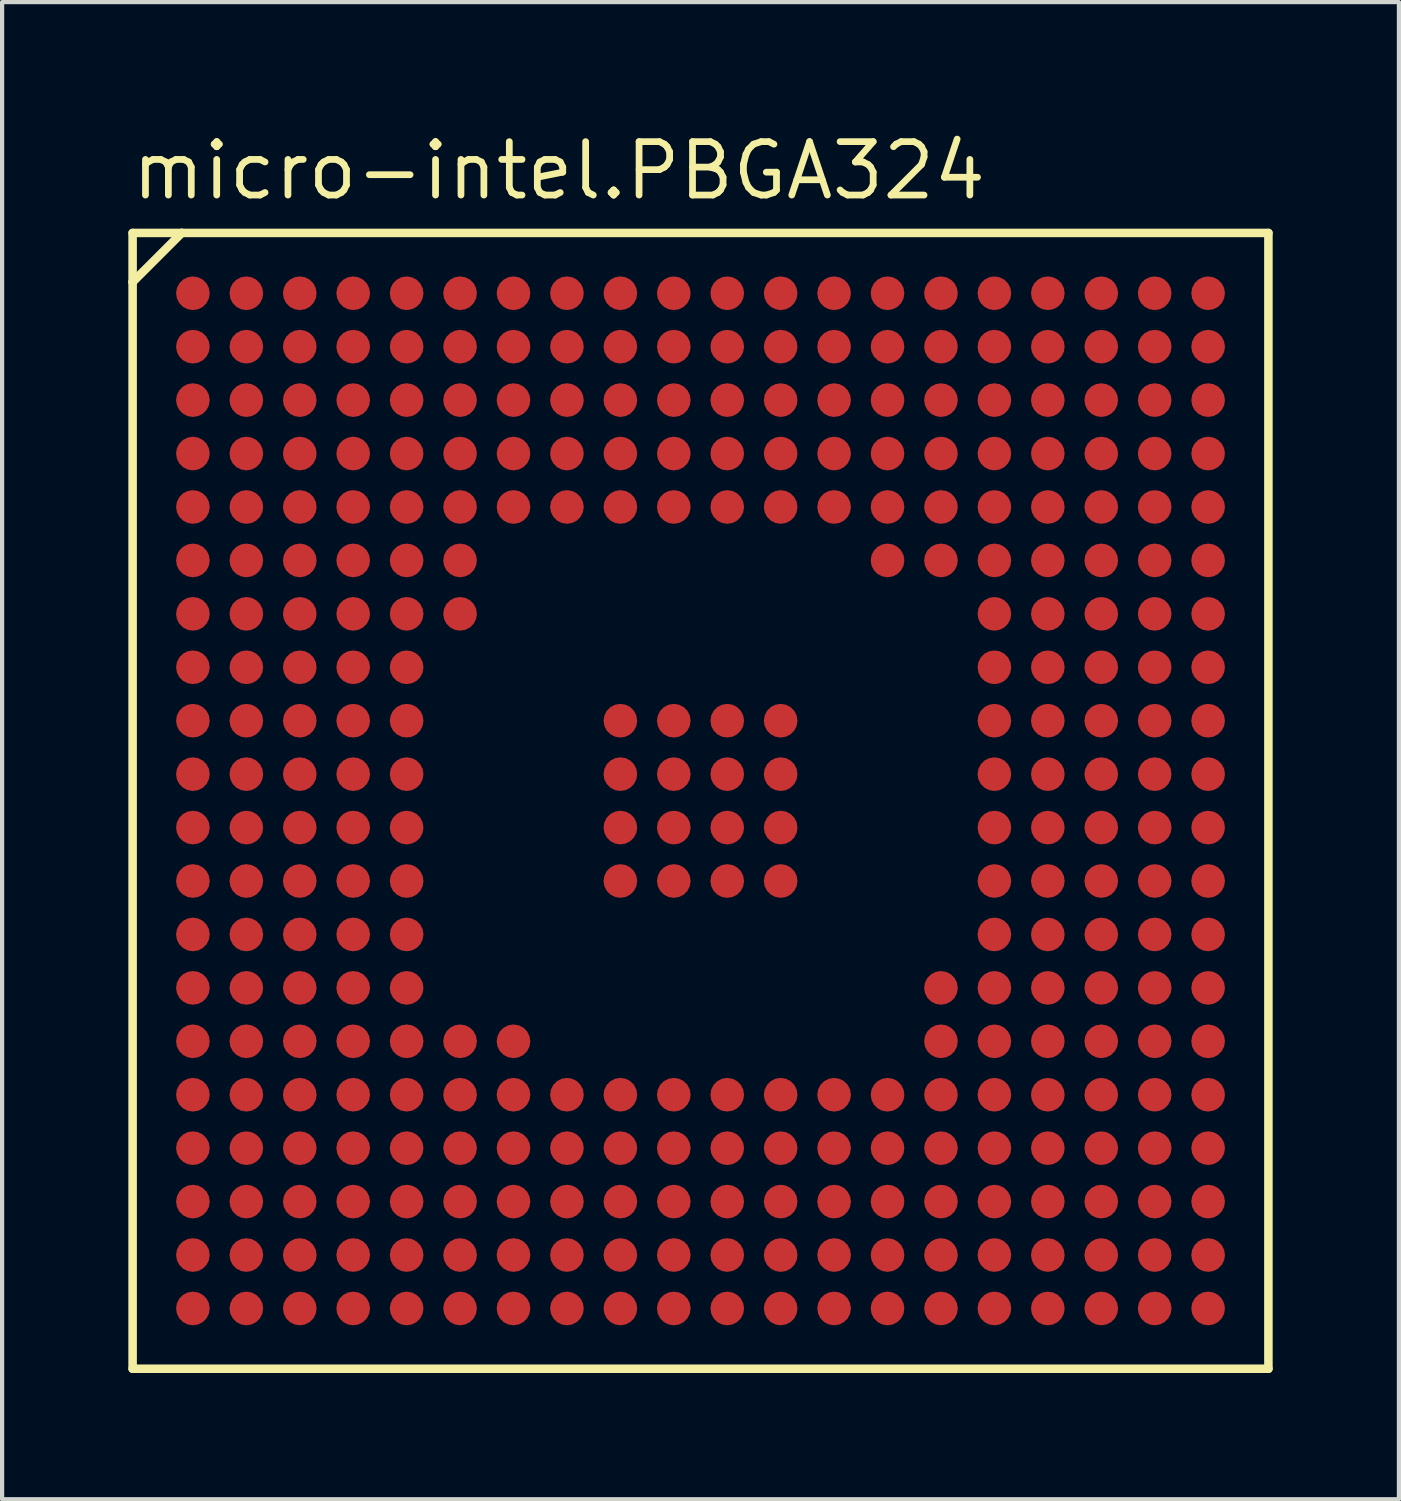
<source format=kicad_pcb>
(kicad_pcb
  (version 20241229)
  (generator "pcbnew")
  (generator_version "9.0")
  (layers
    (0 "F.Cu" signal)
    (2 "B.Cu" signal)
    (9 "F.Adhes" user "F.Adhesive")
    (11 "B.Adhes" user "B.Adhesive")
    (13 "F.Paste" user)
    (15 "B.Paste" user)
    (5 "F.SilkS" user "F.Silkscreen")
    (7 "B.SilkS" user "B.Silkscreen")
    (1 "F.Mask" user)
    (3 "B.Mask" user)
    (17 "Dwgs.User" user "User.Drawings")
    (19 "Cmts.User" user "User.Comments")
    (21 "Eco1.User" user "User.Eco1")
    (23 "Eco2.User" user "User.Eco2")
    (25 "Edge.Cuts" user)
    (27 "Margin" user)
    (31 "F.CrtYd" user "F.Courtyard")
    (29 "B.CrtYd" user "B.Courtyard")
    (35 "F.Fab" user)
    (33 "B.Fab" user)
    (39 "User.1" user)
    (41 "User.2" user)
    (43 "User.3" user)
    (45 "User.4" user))
  (footprint "micro-intel.PBGA324"
    (layer "F.Cu")
    (at 13.6 15.985)
    (property "Reference" "micro-intel.PBGA324" (at -13.6 -14.235 0) (layer "F.SilkS") (effects (font (size 1.27 1.27) (thickness 0.16)) (justify left bottom)))
    (attr smd)
    (fp_circle (center -12.065 -12.065) (end -11.665 -12.065) (stroke (width 0.1) (type default)) (fill no) (layer "F.Mask"))
    (fp_circle (center -12.065 -10.795) (end -11.665 -10.795) (stroke (width 0.1) (type default)) (fill no) (layer "F.Mask"))
    (fp_circle (center -12.065 -9.525) (end -11.665 -9.525) (stroke (width 0.1) (type default)) (fill no) (layer "F.Mask"))
    (fp_circle (center -12.065 -8.255) (end -11.665 -8.255) (stroke (width 0.1) (type default)) (fill no) (layer "F.Mask"))
    (fp_circle (center -12.065 -6.985) (end -11.665 -6.985) (stroke (width 0.1) (type default)) (fill no) (layer "F.Mask"))
    (fp_circle (center -12.065 -5.715) (end -11.665 -5.715) (stroke (width 0.1) (type default)) (fill no) (layer "F.Mask"))
    (fp_circle (center -12.065 -4.445) (end -11.665 -4.445) (stroke (width 0.1) (type default)) (fill no) (layer "F.Mask"))
    (fp_circle (center -12.065 -3.175) (end -11.665 -3.175) (stroke (width 0.1) (type default)) (fill no) (layer "F.Mask"))
    (fp_circle (center -12.065 -1.905) (end -11.665 -1.905) (stroke (width 0.1) (type default)) (fill no) (layer "F.Mask"))
    (fp_circle (center -12.065 -0.635) (end -11.665 -0.635) (stroke (width 0.1) (type default)) (fill no) (layer "F.Mask"))
    (fp_circle (center -12.065 0.635) (end -11.665 0.635) (stroke (width 0.1) (type default)) (fill no) (layer "F.Mask"))
    (fp_circle (center -12.065 1.905) (end -11.665 1.905) (stroke (width 0.1) (type default)) (fill no) (layer "F.Mask"))
    (fp_circle (center -12.065 3.175) (end -11.665 3.175) (stroke (width 0.1) (type default)) (fill no) (layer "F.Mask"))
    (fp_circle (center -12.065 4.445) (end -11.665 4.445) (stroke (width 0.1) (type default)) (fill no) (layer "F.Mask"))
    (fp_circle (center -12.065 5.715) (end -11.665 5.715) (stroke (width 0.1) (type default)) (fill no) (layer "F.Mask"))
    (fp_circle (center -12.065 6.985) (end -11.665 6.985) (stroke (width 0.1) (type default)) (fill no) (layer "F.Mask"))
    (fp_circle (center -12.065 8.255) (end -11.665 8.255) (stroke (width 0.1) (type default)) (fill no) (layer "F.Mask"))
    (fp_circle (center -12.065 9.525) (end -11.665 9.525) (stroke (width 0.1) (type default)) (fill no) (layer "F.Mask"))
    (fp_circle (center -12.065 10.795) (end -11.665 10.795) (stroke (width 0.1) (type default)) (fill no) (layer "F.Mask"))
    (fp_circle (center -12.065 12.065) (end -11.665 12.065) (stroke (width 0.1) (type default)) (fill no) (layer "F.Mask"))
    (fp_circle (center -10.795 -12.065) (end -10.395 -12.065) (stroke (width 0.1) (type default)) (fill no) (layer "F.Mask"))
    (fp_circle (center -10.795 -10.795) (end -10.395 -10.795) (stroke (width 0.1) (type default)) (fill no) (layer "F.Mask"))
    (fp_circle (center -10.795 -9.525) (end -10.395 -9.525) (stroke (width 0.1) (type default)) (fill no) (layer "F.Mask"))
    (fp_circle (center -10.795 -8.255) (end -10.395 -8.255) (stroke (width 0.1) (type default)) (fill no) (layer "F.Mask"))
    (fp_circle (center -10.795 -6.985) (end -10.395 -6.985) (stroke (width 0.1) (type default)) (fill no) (layer "F.Mask"))
    (fp_circle (center -10.795 -5.715) (end -10.395 -5.715) (stroke (width 0.1) (type default)) (fill no) (layer "F.Mask"))
    (fp_circle (center -10.795 -4.445) (end -10.395 -4.445) (stroke (width 0.1) (type default)) (fill no) (layer "F.Mask"))
    (fp_circle (center -10.795 -3.175) (end -10.395 -3.175) (stroke (width 0.1) (type default)) (fill no) (layer "F.Mask"))
    (fp_circle (center -10.795 -1.905) (end -10.395 -1.905) (stroke (width 0.1) (type default)) (fill no) (layer "F.Mask"))
    (fp_circle (center -10.795 -0.635) (end -10.395 -0.635) (stroke (width 0.1) (type default)) (fill no) (layer "F.Mask"))
    (fp_circle (center -10.795 0.635) (end -10.395 0.635) (stroke (width 0.1) (type default)) (fill no) (layer "F.Mask"))
    (fp_circle (center -10.795 1.905) (end -10.395 1.905) (stroke (width 0.1) (type default)) (fill no) (layer "F.Mask"))
    (fp_circle (center -10.795 3.175) (end -10.395 3.175) (stroke (width 0.1) (type default)) (fill no) (layer "F.Mask"))
    (fp_circle (center -10.795 4.445) (end -10.395 4.445) (stroke (width 0.1) (type default)) (fill no) (layer "F.Mask"))
    (fp_circle (center -10.795 5.715) (end -10.395 5.715) (stroke (width 0.1) (type default)) (fill no) (layer "F.Mask"))
    (fp_circle (center -10.795 6.985) (end -10.395 6.985) (stroke (width 0.1) (type default)) (fill no) (layer "F.Mask"))
    (fp_circle (center -10.795 8.255) (end -10.395 8.255) (stroke (width 0.1) (type default)) (fill no) (layer "F.Mask"))
    (fp_circle (center -10.795 9.525) (end -10.395 9.525) (stroke (width 0.1) (type default)) (fill no) (layer "F.Mask"))
    (fp_circle (center -10.795 10.795) (end -10.395 10.795) (stroke (width 0.1) (type default)) (fill no) (layer "F.Mask"))
    (fp_circle (center -10.795 12.065) (end -10.395 12.065) (stroke (width 0.1) (type default)) (fill no) (layer "F.Mask"))
    (fp_circle (center -9.525 -12.065) (end -9.125 -12.065) (stroke (width 0.1) (type default)) (fill no) (layer "F.Mask"))
    (fp_circle (center -9.525 -10.795) (end -9.125 -10.795) (stroke (width 0.1) (type default)) (fill no) (layer "F.Mask"))
    (fp_circle (center -9.525 -9.525) (end -9.125 -9.525) (stroke (width 0.1) (type default)) (fill no) (layer "F.Mask"))
    (fp_circle (center -9.525 -8.255) (end -9.125 -8.255) (stroke (width 0.1) (type default)) (fill no) (layer "F.Mask"))
    (fp_circle (center -9.525 -6.985) (end -9.125 -6.985) (stroke (width 0.1) (type default)) (fill no) (layer "F.Mask"))
    (fp_circle (center -9.525 -5.715) (end -9.125 -5.715) (stroke (width 0.1) (type default)) (fill no) (layer "F.Mask"))
    (fp_circle (center -9.525 -4.445) (end -9.125 -4.445) (stroke (width 0.1) (type default)) (fill no) (layer "F.Mask"))
    (fp_circle (center -9.525 -3.175) (end -9.125 -3.175) (stroke (width 0.1) (type default)) (fill no) (layer "F.Mask"))
    (fp_circle (center -9.525 -1.905) (end -9.125 -1.905) (stroke (width 0.1) (type default)) (fill no) (layer "F.Mask"))
    (fp_circle (center -9.525 -0.635) (end -9.125 -0.635) (stroke (width 0.1) (type default)) (fill no) (layer "F.Mask"))
    (fp_circle (center -9.525 0.635) (end -9.125 0.635) (stroke (width 0.1) (type default)) (fill no) (layer "F.Mask"))
    (fp_circle (center -9.525 1.905) (end -9.125 1.905) (stroke (width 0.1) (type default)) (fill no) (layer "F.Mask"))
    (fp_circle (center -9.525 3.175) (end -9.125 3.175) (stroke (width 0.1) (type default)) (fill no) (layer "F.Mask"))
    (fp_circle (center -9.525 4.445) (end -9.125 4.445) (stroke (width 0.1) (type default)) (fill no) (layer "F.Mask"))
    (fp_circle (center -9.525 5.715) (end -9.125 5.715) (stroke (width 0.1) (type default)) (fill no) (layer "F.Mask"))
    (fp_circle (center -9.525 6.985) (end -9.125 6.985) (stroke (width 0.1) (type default)) (fill no) (layer "F.Mask"))
    (fp_circle (center -9.525 8.255) (end -9.125 8.255) (stroke (width 0.1) (type default)) (fill no) (layer "F.Mask"))
    (fp_circle (center -9.525 9.525) (end -9.125 9.525) (stroke (width 0.1) (type default)) (fill no) (layer "F.Mask"))
    (fp_circle (center -9.525 10.795) (end -9.125 10.795) (stroke (width 0.1) (type default)) (fill no) (layer "F.Mask"))
    (fp_circle (center -9.525 12.065) (end -9.125 12.065) (stroke (width 0.1) (type default)) (fill no) (layer "F.Mask"))
    (fp_circle (center -8.255 -12.065) (end -7.855 -12.065) (stroke (width 0.1) (type default)) (fill no) (layer "F.Mask"))
    (fp_circle (center -8.255 -10.795) (end -7.855 -10.795) (stroke (width 0.1) (type default)) (fill no) (layer "F.Mask"))
    (fp_circle (center -8.255 -9.525) (end -7.855 -9.525) (stroke (width 0.1) (type default)) (fill no) (layer "F.Mask"))
    (fp_circle (center -8.255 -8.255) (end -7.855 -8.255) (stroke (width 0.1) (type default)) (fill no) (layer "F.Mask"))
    (fp_circle (center -8.255 -6.985) (end -7.855 -6.985) (stroke (width 0.1) (type default)) (fill no) (layer "F.Mask"))
    (fp_circle (center -8.255 -5.715) (end -7.855 -5.715) (stroke (width 0.1) (type default)) (fill no) (layer "F.Mask"))
    (fp_circle (center -8.255 -4.445) (end -7.855 -4.445) (stroke (width 0.1) (type default)) (fill no) (layer "F.Mask"))
    (fp_circle (center -8.255 -3.175) (end -7.855 -3.175) (stroke (width 0.1) (type default)) (fill no) (layer "F.Mask"))
    (fp_circle (center -8.255 -1.905) (end -7.855 -1.905) (stroke (width 0.1) (type default)) (fill no) (layer "F.Mask"))
    (fp_circle (center -8.255 -0.635) (end -7.855 -0.635) (stroke (width 0.1) (type default)) (fill no) (layer "F.Mask"))
    (fp_circle (center -8.255 0.635) (end -7.855 0.635) (stroke (width 0.1) (type default)) (fill no) (layer "F.Mask"))
    (fp_circle (center -8.255 1.905) (end -7.855 1.905) (stroke (width 0.1) (type default)) (fill no) (layer "F.Mask"))
    (fp_circle (center -8.255 3.175) (end -7.855 3.175) (stroke (width 0.1) (type default)) (fill no) (layer "F.Mask"))
    (fp_circle (center -8.255 4.445) (end -7.855 4.445) (stroke (width 0.1) (type default)) (fill no) (layer "F.Mask"))
    (fp_circle (center -8.255 5.715) (end -7.855 5.715) (stroke (width 0.1) (type default)) (fill no) (layer "F.Mask"))
    (fp_circle (center -8.255 6.985) (end -7.855 6.985) (stroke (width 0.1) (type default)) (fill no) (layer "F.Mask"))
    (fp_circle (center -8.255 8.255) (end -7.855 8.255) (stroke (width 0.1) (type default)) (fill no) (layer "F.Mask"))
    (fp_circle (center -8.255 9.525) (end -7.855 9.525) (stroke (width 0.1) (type default)) (fill no) (layer "F.Mask"))
    (fp_circle (center -8.255 10.795) (end -7.855 10.795) (stroke (width 0.1) (type default)) (fill no) (layer "F.Mask"))
    (fp_circle (center -8.255 12.065) (end -7.855 12.065) (stroke (width 0.1) (type default)) (fill no) (layer "F.Mask"))
    (fp_circle (center -6.985 -12.065) (end -6.585 -12.065) (stroke (width 0.1) (type default)) (fill no) (layer "F.Mask"))
    (fp_circle (center -6.985 -10.795) (end -6.585 -10.795) (stroke (width 0.1) (type default)) (fill no) (layer "F.Mask"))
    (fp_circle (center -6.985 -9.525) (end -6.585 -9.525) (stroke (width 0.1) (type default)) (fill no) (layer "F.Mask"))
    (fp_circle (center -6.985 -8.255) (end -6.585 -8.255) (stroke (width 0.1) (type default)) (fill no) (layer "F.Mask"))
    (fp_circle (center -6.985 -6.985) (end -6.585 -6.985) (stroke (width 0.1) (type default)) (fill no) (layer "F.Mask"))
    (fp_circle (center -6.985 -5.715) (end -6.585 -5.715) (stroke (width 0.1) (type default)) (fill no) (layer "F.Mask"))
    (fp_circle (center -6.985 -4.445) (end -6.585 -4.445) (stroke (width 0.1) (type default)) (fill no) (layer "F.Mask"))
    (fp_circle (center -6.985 -3.175) (end -6.585 -3.175) (stroke (width 0.1) (type default)) (fill no) (layer "F.Mask"))
    (fp_circle (center -6.985 -1.905) (end -6.585 -1.905) (stroke (width 0.1) (type default)) (fill no) (layer "F.Mask"))
    (fp_circle (center -6.985 -0.635) (end -6.585 -0.635) (stroke (width 0.1) (type default)) (fill no) (layer "F.Mask"))
    (fp_circle (center -6.985 0.635) (end -6.585 0.635) (stroke (width 0.1) (type default)) (fill no) (layer "F.Mask"))
    (fp_circle (center -6.985 1.905) (end -6.585 1.905) (stroke (width 0.1) (type default)) (fill no) (layer "F.Mask"))
    (fp_circle (center -6.985 3.175) (end -6.585 3.175) (stroke (width 0.1) (type default)) (fill no) (layer "F.Mask"))
    (fp_circle (center -6.985 4.445) (end -6.585 4.445) (stroke (width 0.1) (type default)) (fill no) (layer "F.Mask"))
    (fp_circle (center -6.985 5.715) (end -6.585 5.715) (stroke (width 0.1) (type default)) (fill no) (layer "F.Mask"))
    (fp_circle (center -6.985 6.985) (end -6.585 6.985) (stroke (width 0.1) (type default)) (fill no) (layer "F.Mask"))
    (fp_circle (center -6.985 8.255) (end -6.585 8.255) (stroke (width 0.1) (type default)) (fill no) (layer "F.Mask"))
    (fp_circle (center -6.985 9.525) (end -6.585 9.525) (stroke (width 0.1) (type default)) (fill no) (layer "F.Mask"))
    (fp_circle (center -6.985 10.795) (end -6.585 10.795) (stroke (width 0.1) (type default)) (fill no) (layer "F.Mask"))
    (fp_circle (center -6.985 12.065) (end -6.585 12.065) (stroke (width 0.1) (type default)) (fill no) (layer "F.Mask"))
    (fp_circle (center -5.715 -12.065) (end -5.315 -12.065) (stroke (width 0.1) (type default)) (fill no) (layer "F.Mask"))
    (fp_circle (center -5.715 -10.795) (end -5.315 -10.795) (stroke (width 0.1) (type default)) (fill no) (layer "F.Mask"))
    (fp_circle (center -5.715 -9.525) (end -5.315 -9.525) (stroke (width 0.1) (type default)) (fill no) (layer "F.Mask"))
    (fp_circle (center -5.715 -8.255) (end -5.315 -8.255) (stroke (width 0.1) (type default)) (fill no) (layer "F.Mask"))
    (fp_circle (center -5.715 -6.985) (end -5.315 -6.985) (stroke (width 0.1) (type default)) (fill no) (layer "F.Mask"))
    (fp_circle (center -5.715 -5.715) (end -5.315 -5.715) (stroke (width 0.1) (type default)) (fill no) (layer "F.Mask"))
    (fp_circle (center -5.715 -4.445) (end -5.315 -4.445) (stroke (width 0.1) (type default)) (fill no) (layer "F.Mask"))
    (fp_circle (center -5.715 5.715) (end -5.315 5.715) (stroke (width 0.1) (type default)) (fill no) (layer "F.Mask"))
    (fp_circle (center -5.715 6.985) (end -5.315 6.985) (stroke (width 0.1) (type default)) (fill no) (layer "F.Mask"))
    (fp_circle (center -5.715 8.255) (end -5.315 8.255) (stroke (width 0.1) (type default)) (fill no) (layer "F.Mask"))
    (fp_circle (center -5.715 9.525) (end -5.315 9.525) (stroke (width 0.1) (type default)) (fill no) (layer "F.Mask"))
    (fp_circle (center -5.715 10.795) (end -5.315 10.795) (stroke (width 0.1) (type default)) (fill no) (layer "F.Mask"))
    (fp_circle (center -5.715 12.065) (end -5.315 12.065) (stroke (width 0.1) (type default)) (fill no) (layer "F.Mask"))
    (fp_circle (center -4.445 -12.065) (end -4.045 -12.065) (stroke (width 0.1) (type default)) (fill no) (layer "F.Mask"))
    (fp_circle (center -4.445 -10.795) (end -4.045 -10.795) (stroke (width 0.1) (type default)) (fill no) (layer "F.Mask"))
    (fp_circle (center -4.445 -9.525) (end -4.045 -9.525) (stroke (width 0.1) (type default)) (fill no) (layer "F.Mask"))
    (fp_circle (center -4.445 -8.255) (end -4.045 -8.255) (stroke (width 0.1) (type default)) (fill no) (layer "F.Mask"))
    (fp_circle (center -4.445 -6.985) (end -4.045 -6.985) (stroke (width 0.1) (type default)) (fill no) (layer "F.Mask"))
    (fp_circle (center -4.445 5.715) (end -4.045 5.715) (stroke (width 0.1) (type default)) (fill no) (layer "F.Mask"))
    (fp_circle (center -4.445 6.985) (end -4.045 6.985) (stroke (width 0.1) (type default)) (fill no) (layer "F.Mask"))
    (fp_circle (center -4.445 8.255) (end -4.045 8.255) (stroke (width 0.1) (type default)) (fill no) (layer "F.Mask"))
    (fp_circle (center -4.445 9.525) (end -4.045 9.525) (stroke (width 0.1) (type default)) (fill no) (layer "F.Mask"))
    (fp_circle (center -4.445 10.795) (end -4.045 10.795) (stroke (width 0.1) (type default)) (fill no) (layer "F.Mask"))
    (fp_circle (center -4.445 12.065) (end -4.045 12.065) (stroke (width 0.1) (type default)) (fill no) (layer "F.Mask"))
    (fp_circle (center -3.175 -12.065) (end -2.775 -12.065) (stroke (width 0.1) (type default)) (fill no) (layer "F.Mask"))
    (fp_circle (center -3.175 -10.795) (end -2.775 -10.795) (stroke (width 0.1) (type default)) (fill no) (layer "F.Mask"))
    (fp_circle (center -3.175 -9.525) (end -2.775 -9.525) (stroke (width 0.1) (type default)) (fill no) (layer "F.Mask"))
    (fp_circle (center -3.175 -8.255) (end -2.775 -8.255) (stroke (width 0.1) (type default)) (fill no) (layer "F.Mask"))
    (fp_circle (center -3.175 -6.985) (end -2.775 -6.985) (stroke (width 0.1) (type default)) (fill no) (layer "F.Mask"))
    (fp_circle (center -3.175 6.985) (end -2.775 6.985) (stroke (width 0.1) (type default)) (fill no) (layer "F.Mask"))
    (fp_circle (center -3.175 8.255) (end -2.775 8.255) (stroke (width 0.1) (type default)) (fill no) (layer "F.Mask"))
    (fp_circle (center -3.175 9.525) (end -2.775 9.525) (stroke (width 0.1) (type default)) (fill no) (layer "F.Mask"))
    (fp_circle (center -3.175 10.795) (end -2.775 10.795) (stroke (width 0.1) (type default)) (fill no) (layer "F.Mask"))
    (fp_circle (center -3.175 12.065) (end -2.775 12.065) (stroke (width 0.1) (type default)) (fill no) (layer "F.Mask"))
    (fp_circle (center -1.905 -12.065) (end -1.505 -12.065) (stroke (width 0.1) (type default)) (fill no) (layer "F.Mask"))
    (fp_circle (center -1.905 -10.795) (end -1.505 -10.795) (stroke (width 0.1) (type default)) (fill no) (layer "F.Mask"))
    (fp_circle (center -1.905 -9.525) (end -1.505 -9.525) (stroke (width 0.1) (type default)) (fill no) (layer "F.Mask"))
    (fp_circle (center -1.905 -8.255) (end -1.505 -8.255) (stroke (width 0.1) (type default)) (fill no) (layer "F.Mask"))
    (fp_circle (center -1.905 -6.985) (end -1.505 -6.985) (stroke (width 0.1) (type default)) (fill no) (layer "F.Mask"))
    (fp_circle (center -1.905 -1.905) (end -1.505 -1.905) (stroke (width 0.1) (type default)) (fill no) (layer "F.Mask"))
    (fp_circle (center -1.905 -0.635) (end -1.505 -0.635) (stroke (width 0.1) (type default)) (fill no) (layer "F.Mask"))
    (fp_circle (center -1.905 0.635) (end -1.505 0.635) (stroke (width 0.1) (type default)) (fill no) (layer "F.Mask"))
    (fp_circle (center -1.905 1.905) (end -1.505 1.905) (stroke (width 0.1) (type default)) (fill no) (layer "F.Mask"))
    (fp_circle (center -1.905 6.985) (end -1.505 6.985) (stroke (width 0.1) (type default)) (fill no) (layer "F.Mask"))
    (fp_circle (center -1.905 8.255) (end -1.505 8.255) (stroke (width 0.1) (type default)) (fill no) (layer "F.Mask"))
    (fp_circle (center -1.905 9.525) (end -1.505 9.525) (stroke (width 0.1) (type default)) (fill no) (layer "F.Mask"))
    (fp_circle (center -1.905 10.795) (end -1.505 10.795) (stroke (width 0.1) (type default)) (fill no) (layer "F.Mask"))
    (fp_circle (center -1.905 12.065) (end -1.505 12.065) (stroke (width 0.1) (type default)) (fill no) (layer "F.Mask"))
    (fp_circle (center -0.635 -12.065) (end -0.235 -12.065) (stroke (width 0.1) (type default)) (fill no) (layer "F.Mask"))
    (fp_circle (center -0.635 -10.795) (end -0.235 -10.795) (stroke (width 0.1) (type default)) (fill no) (layer "F.Mask"))
    (fp_circle (center -0.635 -9.525) (end -0.235 -9.525) (stroke (width 0.1) (type default)) (fill no) (layer "F.Mask"))
    (fp_circle (center -0.635 -8.255) (end -0.235 -8.255) (stroke (width 0.1) (type default)) (fill no) (layer "F.Mask"))
    (fp_circle (center -0.635 -6.985) (end -0.235 -6.985) (stroke (width 0.1) (type default)) (fill no) (layer "F.Mask"))
    (fp_circle (center -0.635 -1.905) (end -0.235 -1.905) (stroke (width 0.1) (type default)) (fill no) (layer "F.Mask"))
    (fp_circle (center -0.635 -0.635) (end -0.235 -0.635) (stroke (width 0.1) (type default)) (fill no) (layer "F.Mask"))
    (fp_circle (center -0.635 0.635) (end -0.235 0.635) (stroke (width 0.1) (type default)) (fill no) (layer "F.Mask"))
    (fp_circle (center -0.635 1.905) (end -0.235 1.905) (stroke (width 0.1) (type default)) (fill no) (layer "F.Mask"))
    (fp_circle (center -0.635 6.985) (end -0.235 6.985) (stroke (width 0.1) (type default)) (fill no) (layer "F.Mask"))
    (fp_circle (center -0.635 8.255) (end -0.235 8.255) (stroke (width 0.1) (type default)) (fill no) (layer "F.Mask"))
    (fp_circle (center -0.635 9.525) (end -0.235 9.525) (stroke (width 0.1) (type default)) (fill no) (layer "F.Mask"))
    (fp_circle (center -0.635 10.795) (end -0.235 10.795) (stroke (width 0.1) (type default)) (fill no) (layer "F.Mask"))
    (fp_circle (center -0.635 12.065) (end -0.235 12.065) (stroke (width 0.1) (type default)) (fill no) (layer "F.Mask"))
    (fp_circle (center 0.635 -12.065) (end 1.035 -12.065) (stroke (width 0.1) (type default)) (fill no) (layer "F.Mask"))
    (fp_circle (center 0.635 -10.795) (end 1.035 -10.795) (stroke (width 0.1) (type default)) (fill no) (layer "F.Mask"))
    (fp_circle (center 0.635 -9.525) (end 1.035 -9.525) (stroke (width 0.1) (type default)) (fill no) (layer "F.Mask"))
    (fp_circle (center 0.635 -8.255) (end 1.035 -8.255) (stroke (width 0.1) (type default)) (fill no) (layer "F.Mask"))
    (fp_circle (center 0.635 -6.985) (end 1.035 -6.985) (stroke (width 0.1) (type default)) (fill no) (layer "F.Mask"))
    (fp_circle (center 0.635 -1.905) (end 1.035 -1.905) (stroke (width 0.1) (type default)) (fill no) (layer "F.Mask"))
    (fp_circle (center 0.635 -0.635) (end 1.035 -0.635) (stroke (width 0.1) (type default)) (fill no) (layer "F.Mask"))
    (fp_circle (center 0.635 0.635) (end 1.035 0.635) (stroke (width 0.1) (type default)) (fill no) (layer "F.Mask"))
    (fp_circle (center 0.635 1.905) (end 1.035 1.905) (stroke (width 0.1) (type default)) (fill no) (layer "F.Mask"))
    (fp_circle (center 0.635 6.985) (end 1.035 6.985) (stroke (width 0.1) (type default)) (fill no) (layer "F.Mask"))
    (fp_circle (center 0.635 8.255) (end 1.035 8.255) (stroke (width 0.1) (type default)) (fill no) (layer "F.Mask"))
    (fp_circle (center 0.635 9.525) (end 1.035 9.525) (stroke (width 0.1) (type default)) (fill no) (layer "F.Mask"))
    (fp_circle (center 0.635 10.795) (end 1.035 10.795) (stroke (width 0.1) (type default)) (fill no) (layer "F.Mask"))
    (fp_circle (center 0.635 12.065) (end 1.035 12.065) (stroke (width 0.1) (type default)) (fill no) (layer "F.Mask"))
    (fp_circle (center 1.905 -12.065) (end 2.305 -12.065) (stroke (width 0.1) (type default)) (fill no) (layer "F.Mask"))
    (fp_circle (center 1.905 -10.795) (end 2.305 -10.795) (stroke (width 0.1) (type default)) (fill no) (layer "F.Mask"))
    (fp_circle (center 1.905 -9.525) (end 2.305 -9.525) (stroke (width 0.1) (type default)) (fill no) (layer "F.Mask"))
    (fp_circle (center 1.905 -8.255) (end 2.305 -8.255) (stroke (width 0.1) (type default)) (fill no) (layer "F.Mask"))
    (fp_circle (center 1.905 -6.985) (end 2.305 -6.985) (stroke (width 0.1) (type default)) (fill no) (layer "F.Mask"))
    (fp_circle (center 1.905 -1.905) (end 2.305 -1.905) (stroke (width 0.1) (type default)) (fill no) (layer "F.Mask"))
    (fp_circle (center 1.905 -0.635) (end 2.305 -0.635) (stroke (width 0.1) (type default)) (fill no) (layer "F.Mask"))
    (fp_circle (center 1.905 0.635) (end 2.305 0.635) (stroke (width 0.1) (type default)) (fill no) (layer "F.Mask"))
    (fp_circle (center 1.905 1.905) (end 2.305 1.905) (stroke (width 0.1) (type default)) (fill no) (layer "F.Mask"))
    (fp_circle (center 1.905 6.985) (end 2.305 6.985) (stroke (width 0.1) (type default)) (fill no) (layer "F.Mask"))
    (fp_circle (center 1.905 8.255) (end 2.305 8.255) (stroke (width 0.1) (type default)) (fill no) (layer "F.Mask"))
    (fp_circle (center 1.905 9.525) (end 2.305 9.525) (stroke (width 0.1) (type default)) (fill no) (layer "F.Mask"))
    (fp_circle (center 1.905 10.795) (end 2.305 10.795) (stroke (width 0.1) (type default)) (fill no) (layer "F.Mask"))
    (fp_circle (center 1.905 12.065) (end 2.305 12.065) (stroke (width 0.1) (type default)) (fill no) (layer "F.Mask"))
    (fp_circle (center 3.175 -12.065) (end 3.575 -12.065) (stroke (width 0.1) (type default)) (fill no) (layer "F.Mask"))
    (fp_circle (center 3.175 -10.795) (end 3.575 -10.795) (stroke (width 0.1) (type default)) (fill no) (layer "F.Mask"))
    (fp_circle (center 3.175 -9.525) (end 3.575 -9.525) (stroke (width 0.1) (type default)) (fill no) (layer "F.Mask"))
    (fp_circle (center 3.175 -8.255) (end 3.575 -8.255) (stroke (width 0.1) (type default)) (fill no) (layer "F.Mask"))
    (fp_circle (center 3.175 -6.985) (end 3.575 -6.985) (stroke (width 0.1) (type default)) (fill no) (layer "F.Mask"))
    (fp_circle (center 3.175 6.985) (end 3.575 6.985) (stroke (width 0.1) (type default)) (fill no) (layer "F.Mask"))
    (fp_circle (center 3.175 8.255) (end 3.575 8.255) (stroke (width 0.1) (type default)) (fill no) (layer "F.Mask"))
    (fp_circle (center 3.175 9.525) (end 3.575 9.525) (stroke (width 0.1) (type default)) (fill no) (layer "F.Mask"))
    (fp_circle (center 3.175 10.795) (end 3.575 10.795) (stroke (width 0.1) (type default)) (fill no) (layer "F.Mask"))
    (fp_circle (center 3.175 12.065) (end 3.575 12.065) (stroke (width 0.1) (type default)) (fill no) (layer "F.Mask"))
    (fp_circle (center 4.445 -12.065) (end 4.845 -12.065) (stroke (width 0.1) (type default)) (fill no) (layer "F.Mask"))
    (fp_circle (center 4.445 -10.795) (end 4.845 -10.795) (stroke (width 0.1) (type default)) (fill no) (layer "F.Mask"))
    (fp_circle (center 4.445 -9.525) (end 4.845 -9.525) (stroke (width 0.1) (type default)) (fill no) (layer "F.Mask"))
    (fp_circle (center 4.445 -8.255) (end 4.845 -8.255) (stroke (width 0.1) (type default)) (fill no) (layer "F.Mask"))
    (fp_circle (center 4.445 -6.985) (end 4.845 -6.985) (stroke (width 0.1) (type default)) (fill no) (layer "F.Mask"))
    (fp_circle (center 4.445 -5.715) (end 4.845 -5.715) (stroke (width 0.1) (type default)) (fill no) (layer "F.Mask"))
    (fp_circle (center 4.445 6.985) (end 4.845 6.985) (stroke (width 0.1) (type default)) (fill no) (layer "F.Mask"))
    (fp_circle (center 4.445 8.255) (end 4.845 8.255) (stroke (width 0.1) (type default)) (fill no) (layer "F.Mask"))
    (fp_circle (center 4.445 9.525) (end 4.845 9.525) (stroke (width 0.1) (type default)) (fill no) (layer "F.Mask"))
    (fp_circle (center 4.445 10.795) (end 4.845 10.795) (stroke (width 0.1) (type default)) (fill no) (layer "F.Mask"))
    (fp_circle (center 4.445 12.065) (end 4.845 12.065) (stroke (width 0.1) (type default)) (fill no) (layer "F.Mask"))
    (fp_circle (center 5.715 -12.065) (end 6.115 -12.065) (stroke (width 0.1) (type default)) (fill no) (layer "F.Mask"))
    (fp_circle (center 5.715 -10.795) (end 6.115 -10.795) (stroke (width 0.1) (type default)) (fill no) (layer "F.Mask"))
    (fp_circle (center 5.715 -9.525) (end 6.115 -9.525) (stroke (width 0.1) (type default)) (fill no) (layer "F.Mask"))
    (fp_circle (center 5.715 -8.255) (end 6.115 -8.255) (stroke (width 0.1) (type default)) (fill no) (layer "F.Mask"))
    (fp_circle (center 5.715 -6.985) (end 6.115 -6.985) (stroke (width 0.1) (type default)) (fill no) (layer "F.Mask"))
    (fp_circle (center 5.715 -5.715) (end 6.115 -5.715) (stroke (width 0.1) (type default)) (fill no) (layer "F.Mask"))
    (fp_circle (center 5.715 4.445) (end 6.115 4.445) (stroke (width 0.1) (type default)) (fill no) (layer "F.Mask"))
    (fp_circle (center 5.715 5.715) (end 6.115 5.715) (stroke (width 0.1) (type default)) (fill no) (layer "F.Mask"))
    (fp_circle (center 5.715 6.985) (end 6.115 6.985) (stroke (width 0.1) (type default)) (fill no) (layer "F.Mask"))
    (fp_circle (center 5.715 8.255) (end 6.115 8.255) (stroke (width 0.1) (type default)) (fill no) (layer "F.Mask"))
    (fp_circle (center 5.715 9.525) (end 6.115 9.525) (stroke (width 0.1) (type default)) (fill no) (layer "F.Mask"))
    (fp_circle (center 5.715 10.795) (end 6.115 10.795) (stroke (width 0.1) (type default)) (fill no) (layer "F.Mask"))
    (fp_circle (center 5.715 12.065) (end 6.115 12.065) (stroke (width 0.1) (type default)) (fill no) (layer "F.Mask"))
    (fp_circle (center 6.985 -12.065) (end 7.385 -12.065) (stroke (width 0.1) (type default)) (fill no) (layer "F.Mask"))
    (fp_circle (center 6.985 -10.795) (end 7.385 -10.795) (stroke (width 0.1) (type default)) (fill no) (layer "F.Mask"))
    (fp_circle (center 6.985 -9.525) (end 7.385 -9.525) (stroke (width 0.1) (type default)) (fill no) (layer "F.Mask"))
    (fp_circle (center 6.985 -8.255) (end 7.385 -8.255) (stroke (width 0.1) (type default)) (fill no) (layer "F.Mask"))
    (fp_circle (center 6.985 -6.985) (end 7.385 -6.985) (stroke (width 0.1) (type default)) (fill no) (layer "F.Mask"))
    (fp_circle (center 6.985 -5.715) (end 7.385 -5.715) (stroke (width 0.1) (type default)) (fill no) (layer "F.Mask"))
    (fp_circle (center 6.985 -4.445) (end 7.385 -4.445) (stroke (width 0.1) (type default)) (fill no) (layer "F.Mask"))
    (fp_circle (center 6.985 -3.175) (end 7.385 -3.175) (stroke (width 0.1) (type default)) (fill no) (layer "F.Mask"))
    (fp_circle (center 6.985 -1.905) (end 7.385 -1.905) (stroke (width 0.1) (type default)) (fill no) (layer "F.Mask"))
    (fp_circle (center 6.985 -0.635) (end 7.385 -0.635) (stroke (width 0.1) (type default)) (fill no) (layer "F.Mask"))
    (fp_circle (center 6.985 0.635) (end 7.385 0.635) (stroke (width 0.1) (type default)) (fill no) (layer "F.Mask"))
    (fp_circle (center 6.985 1.905) (end 7.385 1.905) (stroke (width 0.1) (type default)) (fill no) (layer "F.Mask"))
    (fp_circle (center 6.985 3.175) (end 7.385 3.175) (stroke (width 0.1) (type default)) (fill no) (layer "F.Mask"))
    (fp_circle (center 6.985 4.445) (end 7.385 4.445) (stroke (width 0.1) (type default)) (fill no) (layer "F.Mask"))
    (fp_circle (center 6.985 5.715) (end 7.385 5.715) (stroke (width 0.1) (type default)) (fill no) (layer "F.Mask"))
    (fp_circle (center 6.985 6.985) (end 7.385 6.985) (stroke (width 0.1) (type default)) (fill no) (layer "F.Mask"))
    (fp_circle (center 6.985 8.255) (end 7.385 8.255) (stroke (width 0.1) (type default)) (fill no) (layer "F.Mask"))
    (fp_circle (center 6.985 9.525) (end 7.385 9.525) (stroke (width 0.1) (type default)) (fill no) (layer "F.Mask"))
    (fp_circle (center 6.985 10.795) (end 7.385 10.795) (stroke (width 0.1) (type default)) (fill no) (layer "F.Mask"))
    (fp_circle (center 6.985 12.065) (end 7.385 12.065) (stroke (width 0.1) (type default)) (fill no) (layer "F.Mask"))
    (fp_circle (center 8.255 -12.065) (end 8.655 -12.065) (stroke (width 0.1) (type default)) (fill no) (layer "F.Mask"))
    (fp_circle (center 8.255 -10.795) (end 8.655 -10.795) (stroke (width 0.1) (type default)) (fill no) (layer "F.Mask"))
    (fp_circle (center 8.255 -9.525) (end 8.655 -9.525) (stroke (width 0.1) (type default)) (fill no) (layer "F.Mask"))
    (fp_circle (center 8.255 -8.255) (end 8.655 -8.255) (stroke (width 0.1) (type default)) (fill no) (layer "F.Mask"))
    (fp_circle (center 8.255 -6.985) (end 8.655 -6.985) (stroke (width 0.1) (type default)) (fill no) (layer "F.Mask"))
    (fp_circle (center 8.255 -5.715) (end 8.655 -5.715) (stroke (width 0.1) (type default)) (fill no) (layer "F.Mask"))
    (fp_circle (center 8.255 -4.445) (end 8.655 -4.445) (stroke (width 0.1) (type default)) (fill no) (layer "F.Mask"))
    (fp_circle (center 8.255 -3.175) (end 8.655 -3.175) (stroke (width 0.1) (type default)) (fill no) (layer "F.Mask"))
    (fp_circle (center 8.255 -1.905) (end 8.655 -1.905) (stroke (width 0.1) (type default)) (fill no) (layer "F.Mask"))
    (fp_circle (center 8.255 -0.635) (end 8.655 -0.635) (stroke (width 0.1) (type default)) (fill no) (layer "F.Mask"))
    (fp_circle (center 8.255 0.635) (end 8.655 0.635) (stroke (width 0.1) (type default)) (fill no) (layer "F.Mask"))
    (fp_circle (center 8.255 1.905) (end 8.655 1.905) (stroke (width 0.1) (type default)) (fill no) (layer "F.Mask"))
    (fp_circle (center 8.255 3.175) (end 8.655 3.175) (stroke (width 0.1) (type default)) (fill no) (layer "F.Mask"))
    (fp_circle (center 8.255 4.445) (end 8.655 4.445) (stroke (width 0.1) (type default)) (fill no) (layer "F.Mask"))
    (fp_circle (center 8.255 5.715) (end 8.655 5.715) (stroke (width 0.1) (type default)) (fill no) (layer "F.Mask"))
    (fp_circle (center 8.255 6.985) (end 8.655 6.985) (stroke (width 0.1) (type default)) (fill no) (layer "F.Mask"))
    (fp_circle (center 8.255 8.255) (end 8.655 8.255) (stroke (width 0.1) (type default)) (fill no) (layer "F.Mask"))
    (fp_circle (center 8.255 9.525) (end 8.655 9.525) (stroke (width 0.1) (type default)) (fill no) (layer "F.Mask"))
    (fp_circle (center 8.255 10.795) (end 8.655 10.795) (stroke (width 0.1) (type default)) (fill no) (layer "F.Mask"))
    (fp_circle (center 8.255 12.065) (end 8.655 12.065) (stroke (width 0.1) (type default)) (fill no) (layer "F.Mask"))
    (fp_circle (center 9.525 -12.065) (end 9.925 -12.065) (stroke (width 0.1) (type default)) (fill no) (layer "F.Mask"))
    (fp_circle (center 9.525 -10.795) (end 9.925 -10.795) (stroke (width 0.1) (type default)) (fill no) (layer "F.Mask"))
    (fp_circle (center 9.525 -9.525) (end 9.925 -9.525) (stroke (width 0.1) (type default)) (fill no) (layer "F.Mask"))
    (fp_circle (center 9.525 -8.255) (end 9.925 -8.255) (stroke (width 0.1) (type default)) (fill no) (layer "F.Mask"))
    (fp_circle (center 9.525 -6.985) (end 9.925 -6.985) (stroke (width 0.1) (type default)) (fill no) (layer "F.Mask"))
    (fp_circle (center 9.525 -5.715) (end 9.925 -5.715) (stroke (width 0.1) (type default)) (fill no) (layer "F.Mask"))
    (fp_circle (center 9.525 -4.445) (end 9.925 -4.445) (stroke (width 0.1) (type default)) (fill no) (layer "F.Mask"))
    (fp_circle (center 9.525 -3.175) (end 9.925 -3.175) (stroke (width 0.1) (type default)) (fill no) (layer "F.Mask"))
    (fp_circle (center 9.525 -1.905) (end 9.925 -1.905) (stroke (width 0.1) (type default)) (fill no) (layer "F.Mask"))
    (fp_circle (center 9.525 -0.635) (end 9.925 -0.635) (stroke (width 0.1) (type default)) (fill no) (layer "F.Mask"))
    (fp_circle (center 9.525 0.635) (end 9.925 0.635) (stroke (width 0.1) (type default)) (fill no) (layer "F.Mask"))
    (fp_circle (center 9.525 1.905) (end 9.925 1.905) (stroke (width 0.1) (type default)) (fill no) (layer "F.Mask"))
    (fp_circle (center 9.525 3.175) (end 9.925 3.175) (stroke (width 0.1) (type default)) (fill no) (layer "F.Mask"))
    (fp_circle (center 9.525 4.445) (end 9.925 4.445) (stroke (width 0.1) (type default)) (fill no) (layer "F.Mask"))
    (fp_circle (center 9.525 5.715) (end 9.925 5.715) (stroke (width 0.1) (type default)) (fill no) (layer "F.Mask"))
    (fp_circle (center 9.525 6.985) (end 9.925 6.985) (stroke (width 0.1) (type default)) (fill no) (layer "F.Mask"))
    (fp_circle (center 9.525 8.255) (end 9.925 8.255) (stroke (width 0.1) (type default)) (fill no) (layer "F.Mask"))
    (fp_circle (center 9.525 9.525) (end 9.925 9.525) (stroke (width 0.1) (type default)) (fill no) (layer "F.Mask"))
    (fp_circle (center 9.525 10.795) (end 9.925 10.795) (stroke (width 0.1) (type default)) (fill no) (layer "F.Mask"))
    (fp_circle (center 9.525 12.065) (end 9.925 12.065) (stroke (width 0.1) (type default)) (fill no) (layer "F.Mask"))
    (fp_circle (center 10.795 -12.065) (end 11.195 -12.065) (stroke (width 0.1) (type default)) (fill no) (layer "F.Mask"))
    (fp_circle (center 10.795 -10.795) (end 11.195 -10.795) (stroke (width 0.1) (type default)) (fill no) (layer "F.Mask"))
    (fp_circle (center 10.795 -9.525) (end 11.195 -9.525) (stroke (width 0.1) (type default)) (fill no) (layer "F.Mask"))
    (fp_circle (center 10.795 -8.255) (end 11.195 -8.255) (stroke (width 0.1) (type default)) (fill no) (layer "F.Mask"))
    (fp_circle (center 10.795 -6.985) (end 11.195 -6.985) (stroke (width 0.1) (type default)) (fill no) (layer "F.Mask"))
    (fp_circle (center 10.795 -5.715) (end 11.195 -5.715) (stroke (width 0.1) (type default)) (fill no) (layer "F.Mask"))
    (fp_circle (center 10.795 -4.445) (end 11.195 -4.445) (stroke (width 0.1) (type default)) (fill no) (layer "F.Mask"))
    (fp_circle (center 10.795 -3.175) (end 11.195 -3.175) (stroke (width 0.1) (type default)) (fill no) (layer "F.Mask"))
    (fp_circle (center 10.795 -1.905) (end 11.195 -1.905) (stroke (width 0.1) (type default)) (fill no) (layer "F.Mask"))
    (fp_circle (center 10.795 -0.635) (end 11.195 -0.635) (stroke (width 0.1) (type default)) (fill no) (layer "F.Mask"))
    (fp_circle (center 10.795 0.635) (end 11.195 0.635) (stroke (width 0.1) (type default)) (fill no) (layer "F.Mask"))
    (fp_circle (center 10.795 1.905) (end 11.195 1.905) (stroke (width 0.1) (type default)) (fill no) (layer "F.Mask"))
    (fp_circle (center 10.795 3.175) (end 11.195 3.175) (stroke (width 0.1) (type default)) (fill no) (layer "F.Mask"))
    (fp_circle (center 10.795 4.445) (end 11.195 4.445) (stroke (width 0.1) (type default)) (fill no) (layer "F.Mask"))
    (fp_circle (center 10.795 5.715) (end 11.195 5.715) (stroke (width 0.1) (type default)) (fill no) (layer "F.Mask"))
    (fp_circle (center 10.795 6.985) (end 11.195 6.985) (stroke (width 0.1) (type default)) (fill no) (layer "F.Mask"))
    (fp_circle (center 10.795 8.255) (end 11.195 8.255) (stroke (width 0.1) (type default)) (fill no) (layer "F.Mask"))
    (fp_circle (center 10.795 9.525) (end 11.195 9.525) (stroke (width 0.1) (type default)) (fill no) (layer "F.Mask"))
    (fp_circle (center 10.795 10.795) (end 11.195 10.795) (stroke (width 0.1) (type default)) (fill no) (layer "F.Mask"))
    (fp_circle (center 10.795 12.065) (end 11.195 12.065) (stroke (width 0.1) (type default)) (fill no) (layer "F.Mask"))
    (fp_circle (center 12.065 -12.065) (end 12.465 -12.065) (stroke (width 0.1) (type default)) (fill no) (layer "F.Mask"))
    (fp_circle (center 12.065 -10.795) (end 12.465 -10.795) (stroke (width 0.1) (type default)) (fill no) (layer "F.Mask"))
    (fp_circle (center 12.065 -9.525) (end 12.465 -9.525) (stroke (width 0.1) (type default)) (fill no) (layer "F.Mask"))
    (fp_circle (center 12.065 -8.255) (end 12.465 -8.255) (stroke (width 0.1) (type default)) (fill no) (layer "F.Mask"))
    (fp_circle (center 12.065 -6.985) (end 12.465 -6.985) (stroke (width 0.1) (type default)) (fill no) (layer "F.Mask"))
    (fp_circle (center 12.065 -5.715) (end 12.465 -5.715) (stroke (width 0.1) (type default)) (fill no) (layer "F.Mask"))
    (fp_circle (center 12.065 -4.445) (end 12.465 -4.445) (stroke (width 0.1) (type default)) (fill no) (layer "F.Mask"))
    (fp_circle (center 12.065 -3.175) (end 12.465 -3.175) (stroke (width 0.1) (type default)) (fill no) (layer "F.Mask"))
    (fp_circle (center 12.065 -1.905) (end 12.465 -1.905) (stroke (width 0.1) (type default)) (fill no) (layer "F.Mask"))
    (fp_circle (center 12.065 -0.635) (end 12.465 -0.635) (stroke (width 0.1) (type default)) (fill no) (layer "F.Mask"))
    (fp_circle (center 12.065 0.635) (end 12.465 0.635) (stroke (width 0.1) (type default)) (fill no) (layer "F.Mask"))
    (fp_circle (center 12.065 1.905) (end 12.465 1.905) (stroke (width 0.1) (type default)) (fill no) (layer "F.Mask"))
    (fp_circle (center 12.065 3.175) (end 12.465 3.175) (stroke (width 0.1) (type default)) (fill no) (layer "F.Mask"))
    (fp_circle (center 12.065 4.445) (end 12.465 4.445) (stroke (width 0.1) (type default)) (fill no) (layer "F.Mask"))
    (fp_circle (center 12.065 5.715) (end 12.465 5.715) (stroke (width 0.1) (type default)) (fill no) (layer "F.Mask"))
    (fp_circle (center 12.065 6.985) (end 12.465 6.985) (stroke (width 0.1) (type default)) (fill no) (layer "F.Mask"))
    (fp_circle (center 12.065 8.255) (end 12.465 8.255) (stroke (width 0.1) (type default)) (fill no) (layer "F.Mask"))
    (fp_circle (center 12.065 9.525) (end 12.465 9.525) (stroke (width 0.1) (type default)) (fill no) (layer "F.Mask"))
    (fp_circle (center 12.065 10.795) (end 12.465 10.795) (stroke (width 0.1) (type default)) (fill no) (layer "F.Mask"))
    (fp_circle (center 12.065 12.065) (end 12.465 12.065) (stroke (width 0.1) (type default)) (fill no) (layer "F.Mask"))
    (fp_line (start -13.498 -13.498) (end -13.498 -12.33) (stroke (width 0.203) (type default)) (layer "F.SilkS"))
    (fp_line (start -13.498 -12.33) (end -13.498 13.498) (stroke (width 0.203) (type default)) (layer "F.SilkS"))
    (fp_line (start -13.498 -12.33) (end -12.33 -13.498) (stroke (width 0.203) (type default)) (layer "F.SilkS"))
    (fp_line (start -13.498 13.498) (end 13.498 13.498) (stroke (width 0.203) (type default)) (layer "F.SilkS"))
    (fp_line (start -12.33 -13.498) (end -13.498 -13.498) (stroke (width 0.203) (type default)) (layer "F.SilkS"))
    (fp_line (start 13.498 -13.498) (end -12.33 -13.498) (stroke (width 0.203) (type default)) (layer "F.SilkS"))
    (fp_line (start 13.498 13.498) (end 13.498 -13.498) (stroke (width 0.203) (type default)) (layer "F.SilkS"))
    (pad "A1" smd roundrect (at -12.065 -12.065) (size 0.8 0.8) (layers "F.Cu" "F.Mask" "F.Paste") (roundrect_rratio 0.5))
    (pad "A2" smd roundrect (at -10.795 -12.065) (size 0.8 0.8) (layers "F.Cu" "F.Mask" "F.Paste") (roundrect_rratio 0.5))
    (pad "A3" smd roundrect (at -9.525 -12.065) (size 0.8 0.8) (layers "F.Cu" "F.Mask" "F.Paste") (roundrect_rratio 0.5))
    (pad "A4" smd roundrect (at -8.255 -12.065) (size 0.8 0.8) (layers "F.Cu" "F.Mask" "F.Paste") (roundrect_rratio 0.5))
    (pad "A5" smd roundrect (at -6.985 -12.065) (size 0.8 0.8) (layers "F.Cu" "F.Mask" "F.Paste") (roundrect_rratio 0.5))
    (pad "A6" smd roundrect (at -5.715 -12.065) (size 0.8 0.8) (layers "F.Cu" "F.Mask" "F.Paste") (roundrect_rratio 0.5))
    (pad "A7" smd roundrect (at -4.445 -12.065) (size 0.8 0.8) (layers "F.Cu" "F.Mask" "F.Paste") (roundrect_rratio 0.5))
    (pad "A8" smd roundrect (at -3.175 -12.065) (size 0.8 0.8) (layers "F.Cu" "F.Mask" "F.Paste") (roundrect_rratio 0.5))
    (pad "A9" smd roundrect (at -1.905 -12.065) (size 0.8 0.8) (layers "F.Cu" "F.Mask" "F.Paste") (roundrect_rratio 0.5))
    (pad "A10" smd roundrect (at -0.635 -12.065) (size 0.8 0.8) (layers "F.Cu" "F.Mask" "F.Paste") (roundrect_rratio 0.5))
    (pad "A11" smd roundrect (at 0.635 -12.065) (size 0.8 0.8) (layers "F.Cu" "F.Mask" "F.Paste") (roundrect_rratio 0.5))
    (pad "A12" smd roundrect (at 1.905 -12.065) (size 0.8 0.8) (layers "F.Cu" "F.Mask" "F.Paste") (roundrect_rratio 0.5))
    (pad "A13" smd roundrect (at 3.175 -12.065) (size 0.8 0.8) (layers "F.Cu" "F.Mask" "F.Paste") (roundrect_rratio 0.5))
    (pad "A14" smd roundrect (at 4.445 -12.065) (size 0.8 0.8) (layers "F.Cu" "F.Mask" "F.Paste") (roundrect_rratio 0.5))
    (pad "A15" smd roundrect (at 5.715 -12.065) (size 0.8 0.8) (layers "F.Cu" "F.Mask" "F.Paste") (roundrect_rratio 0.5))
    (pad "A16" smd roundrect (at 6.985 -12.065) (size 0.8 0.8) (layers "F.Cu" "F.Mask" "F.Paste") (roundrect_rratio 0.5))
    (pad "A17" smd roundrect (at 8.255 -12.065) (size 0.8 0.8) (layers "F.Cu" "F.Mask" "F.Paste") (roundrect_rratio 0.5))
    (pad "A18" smd roundrect (at 9.525 -12.065) (size 0.8 0.8) (layers "F.Cu" "F.Mask" "F.Paste") (roundrect_rratio 0.5))
    (pad "A19" smd roundrect (at 10.795 -12.065) (size 0.8 0.8) (layers "F.Cu" "F.Mask" "F.Paste") (roundrect_rratio 0.5))
    (pad "A20" smd roundrect (at 12.065 -12.065) (size 0.8 0.8) (layers "F.Cu" "F.Mask" "F.Paste") (roundrect_rratio 0.5))
    (pad "B1" smd roundrect (at -12.065 -10.795) (size 0.8 0.8) (layers "F.Cu" "F.Mask" "F.Paste") (roundrect_rratio 0.5))
    (pad "B2" smd roundrect (at -10.795 -10.795) (size 0.8 0.8) (layers "F.Cu" "F.Mask" "F.Paste") (roundrect_rratio 0.5))
    (pad "B3" smd roundrect (at -9.525 -10.795) (size 0.8 0.8) (layers "F.Cu" "F.Mask" "F.Paste") (roundrect_rratio 0.5))
    (pad "B4" smd roundrect (at -8.255 -10.795) (size 0.8 0.8) (layers "F.Cu" "F.Mask" "F.Paste") (roundrect_rratio 0.5))
    (pad "B5" smd roundrect (at -6.985 -10.795) (size 0.8 0.8) (layers "F.Cu" "F.Mask" "F.Paste") (roundrect_rratio 0.5))
    (pad "B6" smd roundrect (at -5.715 -10.795) (size 0.8 0.8) (layers "F.Cu" "F.Mask" "F.Paste") (roundrect_rratio 0.5))
    (pad "B7" smd roundrect (at -4.445 -10.795) (size 0.8 0.8) (layers "F.Cu" "F.Mask" "F.Paste") (roundrect_rratio 0.5))
    (pad "B8" smd roundrect (at -3.175 -10.795) (size 0.8 0.8) (layers "F.Cu" "F.Mask" "F.Paste") (roundrect_rratio 0.5))
    (pad "B9" smd roundrect (at -1.905 -10.795) (size 0.8 0.8) (layers "F.Cu" "F.Mask" "F.Paste") (roundrect_rratio 0.5))
    (pad "B10" smd roundrect (at -0.635 -10.795) (size 0.8 0.8) (layers "F.Cu" "F.Mask" "F.Paste") (roundrect_rratio 0.5))
    (pad "B11" smd roundrect (at 0.635 -10.795) (size 0.8 0.8) (layers "F.Cu" "F.Mask" "F.Paste") (roundrect_rratio 0.5))
    (pad "B12" smd roundrect (at 1.905 -10.795) (size 0.8 0.8) (layers "F.Cu" "F.Mask" "F.Paste") (roundrect_rratio 0.5))
    (pad "B13" smd roundrect (at 3.175 -10.795) (size 0.8 0.8) (layers "F.Cu" "F.Mask" "F.Paste") (roundrect_rratio 0.5))
    (pad "B14" smd roundrect (at 4.445 -10.795) (size 0.8 0.8) (layers "F.Cu" "F.Mask" "F.Paste") (roundrect_rratio 0.5))
    (pad "B15" smd roundrect (at 5.715 -10.795) (size 0.8 0.8) (layers "F.Cu" "F.Mask" "F.Paste") (roundrect_rratio 0.5))
    (pad "B16" smd roundrect (at 6.985 -10.795) (size 0.8 0.8) (layers "F.Cu" "F.Mask" "F.Paste") (roundrect_rratio 0.5))
    (pad "B17" smd roundrect (at 8.255 -10.795) (size 0.8 0.8) (layers "F.Cu" "F.Mask" "F.Paste") (roundrect_rratio 0.5))
    (pad "B18" smd roundrect (at 9.525 -10.795) (size 0.8 0.8) (layers "F.Cu" "F.Mask" "F.Paste") (roundrect_rratio 0.5))
    (pad "B19" smd roundrect (at 10.795 -10.795) (size 0.8 0.8) (layers "F.Cu" "F.Mask" "F.Paste") (roundrect_rratio 0.5))
    (pad "B20" smd roundrect (at 12.065 -10.795) (size 0.8 0.8) (layers "F.Cu" "F.Mask" "F.Paste") (roundrect_rratio 0.5))
    (pad "C1" smd roundrect (at -12.065 -9.525) (size 0.8 0.8) (layers "F.Cu" "F.Mask" "F.Paste") (roundrect_rratio 0.5))
    (pad "C2" smd roundrect (at -10.795 -9.525) (size 0.8 0.8) (layers "F.Cu" "F.Mask" "F.Paste") (roundrect_rratio 0.5))
    (pad "C3" smd roundrect (at -9.525 -9.525) (size 0.8 0.8) (layers "F.Cu" "F.Mask" "F.Paste") (roundrect_rratio 0.5))
    (pad "C4" smd roundrect (at -8.255 -9.525) (size 0.8 0.8) (layers "F.Cu" "F.Mask" "F.Paste") (roundrect_rratio 0.5))
    (pad "C5" smd roundrect (at -6.985 -9.525) (size 0.8 0.8) (layers "F.Cu" "F.Mask" "F.Paste") (roundrect_rratio 0.5))
    (pad "C6" smd roundrect (at -5.715 -9.525) (size 0.8 0.8) (layers "F.Cu" "F.Mask" "F.Paste") (roundrect_rratio 0.5))
    (pad "C7" smd roundrect (at -4.445 -9.525) (size 0.8 0.8) (layers "F.Cu" "F.Mask" "F.Paste") (roundrect_rratio 0.5))
    (pad "C8" smd roundrect (at -3.175 -9.525) (size 0.8 0.8) (layers "F.Cu" "F.Mask" "F.Paste") (roundrect_rratio 0.5))
    (pad "C9" smd roundrect (at -1.905 -9.525) (size 0.8 0.8) (layers "F.Cu" "F.Mask" "F.Paste") (roundrect_rratio 0.5))
    (pad "C10" smd roundrect (at -0.635 -9.525) (size 0.8 0.8) (layers "F.Cu" "F.Mask" "F.Paste") (roundrect_rratio 0.5))
    (pad "C11" smd roundrect (at 0.635 -9.525) (size 0.8 0.8) (layers "F.Cu" "F.Mask" "F.Paste") (roundrect_rratio 0.5))
    (pad "C12" smd roundrect (at 1.905 -9.525) (size 0.8 0.8) (layers "F.Cu" "F.Mask" "F.Paste") (roundrect_rratio 0.5))
    (pad "C13" smd roundrect (at 3.175 -9.525) (size 0.8 0.8) (layers "F.Cu" "F.Mask" "F.Paste") (roundrect_rratio 0.5))
    (pad "C14" smd roundrect (at 4.445 -9.525) (size 0.8 0.8) (layers "F.Cu" "F.Mask" "F.Paste") (roundrect_rratio 0.5))
    (pad "C15" smd roundrect (at 5.715 -9.525) (size 0.8 0.8) (layers "F.Cu" "F.Mask" "F.Paste") (roundrect_rratio 0.5))
    (pad "C16" smd roundrect (at 6.985 -9.525) (size 0.8 0.8) (layers "F.Cu" "F.Mask" "F.Paste") (roundrect_rratio 0.5))
    (pad "C17" smd roundrect (at 8.255 -9.525) (size 0.8 0.8) (layers "F.Cu" "F.Mask" "F.Paste") (roundrect_rratio 0.5))
    (pad "C18" smd roundrect (at 9.525 -9.525) (size 0.8 0.8) (layers "F.Cu" "F.Mask" "F.Paste") (roundrect_rratio 0.5))
    (pad "C19" smd roundrect (at 10.795 -9.525) (size 0.8 0.8) (layers "F.Cu" "F.Mask" "F.Paste") (roundrect_rratio 0.5))
    (pad "C20" smd roundrect (at 12.065 -9.525) (size 0.8 0.8) (layers "F.Cu" "F.Mask" "F.Paste") (roundrect_rratio 0.5))
    (pad "D1" smd roundrect (at -12.065 -8.255) (size 0.8 0.8) (layers "F.Cu" "F.Mask" "F.Paste") (roundrect_rratio 0.5))
    (pad "D2" smd roundrect (at -10.795 -8.255) (size 0.8 0.8) (layers "F.Cu" "F.Mask" "F.Paste") (roundrect_rratio 0.5))
    (pad "D3" smd roundrect (at -9.525 -8.255) (size 0.8 0.8) (layers "F.Cu" "F.Mask" "F.Paste") (roundrect_rratio 0.5))
    (pad "D4" smd roundrect (at -8.255 -8.255) (size 0.8 0.8) (layers "F.Cu" "F.Mask" "F.Paste") (roundrect_rratio 0.5))
    (pad "D5" smd roundrect (at -6.985 -8.255) (size 0.8 0.8) (layers "F.Cu" "F.Mask" "F.Paste") (roundrect_rratio 0.5))
    (pad "D6" smd roundrect (at -5.715 -8.255) (size 0.8 0.8) (layers "F.Cu" "F.Mask" "F.Paste") (roundrect_rratio 0.5))
    (pad "D7" smd roundrect (at -4.445 -8.255) (size 0.8 0.8) (layers "F.Cu" "F.Mask" "F.Paste") (roundrect_rratio 0.5))
    (pad "D8" smd roundrect (at -3.175 -8.255) (size 0.8 0.8) (layers "F.Cu" "F.Mask" "F.Paste") (roundrect_rratio 0.5))
    (pad "D9" smd roundrect (at -1.905 -8.255) (size 0.8 0.8) (layers "F.Cu" "F.Mask" "F.Paste") (roundrect_rratio 0.5))
    (pad "D10" smd roundrect (at -0.635 -8.255) (size 0.8 0.8) (layers "F.Cu" "F.Mask" "F.Paste") (roundrect_rratio 0.5))
    (pad "D11" smd roundrect (at 0.635 -8.255) (size 0.8 0.8) (layers "F.Cu" "F.Mask" "F.Paste") (roundrect_rratio 0.5))
    (pad "D12" smd roundrect (at 1.905 -8.255) (size 0.8 0.8) (layers "F.Cu" "F.Mask" "F.Paste") (roundrect_rratio 0.5))
    (pad "D13" smd roundrect (at 3.175 -8.255) (size 0.8 0.8) (layers "F.Cu" "F.Mask" "F.Paste") (roundrect_rratio 0.5))
    (pad "D14" smd roundrect (at 4.445 -8.255) (size 0.8 0.8) (layers "F.Cu" "F.Mask" "F.Paste") (roundrect_rratio 0.5))
    (pad "D15" smd roundrect (at 5.715 -8.255) (size 0.8 0.8) (layers "F.Cu" "F.Mask" "F.Paste") (roundrect_rratio 0.5))
    (pad "D16" smd roundrect (at 6.985 -8.255) (size 0.8 0.8) (layers "F.Cu" "F.Mask" "F.Paste") (roundrect_rratio 0.5))
    (pad "D17" smd roundrect (at 8.255 -8.255) (size 0.8 0.8) (layers "F.Cu" "F.Mask" "F.Paste") (roundrect_rratio 0.5))
    (pad "D18" smd roundrect (at 9.525 -8.255) (size 0.8 0.8) (layers "F.Cu" "F.Mask" "F.Paste") (roundrect_rratio 0.5))
    (pad "D19" smd roundrect (at 10.795 -8.255) (size 0.8 0.8) (layers "F.Cu" "F.Mask" "F.Paste") (roundrect_rratio 0.5))
    (pad "D20" smd roundrect (at 12.065 -8.255) (size 0.8 0.8) (layers "F.Cu" "F.Mask" "F.Paste") (roundrect_rratio 0.5))
    (pad "E1" smd roundrect (at -12.065 -6.985) (size 0.8 0.8) (layers "F.Cu" "F.Mask" "F.Paste") (roundrect_rratio 0.5))
    (pad "E2" smd roundrect (at -10.795 -6.985) (size 0.8 0.8) (layers "F.Cu" "F.Mask" "F.Paste") (roundrect_rratio 0.5))
    (pad "E3" smd roundrect (at -9.525 -6.985) (size 0.8 0.8) (layers "F.Cu" "F.Mask" "F.Paste") (roundrect_rratio 0.5))
    (pad "E4" smd roundrect (at -8.255 -6.985) (size 0.8 0.8) (layers "F.Cu" "F.Mask" "F.Paste") (roundrect_rratio 0.5))
    (pad "E5" smd roundrect (at -6.985 -6.985) (size 0.8 0.8) (layers "F.Cu" "F.Mask" "F.Paste") (roundrect_rratio 0.5))
    (pad "E6" smd roundrect (at -5.715 -6.985) (size 0.8 0.8) (layers "F.Cu" "F.Mask" "F.Paste") (roundrect_rratio 0.5))
    (pad "E7" smd roundrect (at -4.445 -6.985) (size 0.8 0.8) (layers "F.Cu" "F.Mask" "F.Paste") (roundrect_rratio 0.5))
    (pad "E8" smd roundrect (at -3.175 -6.985) (size 0.8 0.8) (layers "F.Cu" "F.Mask" "F.Paste") (roundrect_rratio 0.5))
    (pad "E9" smd roundrect (at -1.905 -6.985) (size 0.8 0.8) (layers "F.Cu" "F.Mask" "F.Paste") (roundrect_rratio 0.5))
    (pad "E10" smd roundrect (at -0.635 -6.985) (size 0.8 0.8) (layers "F.Cu" "F.Mask" "F.Paste") (roundrect_rratio 0.5))
    (pad "E11" smd roundrect (at 0.635 -6.985) (size 0.8 0.8) (layers "F.Cu" "F.Mask" "F.Paste") (roundrect_rratio 0.5))
    (pad "E12" smd roundrect (at 1.905 -6.985) (size 0.8 0.8) (layers "F.Cu" "F.Mask" "F.Paste") (roundrect_rratio 0.5))
    (pad "E13" smd roundrect (at 3.175 -6.985) (size 0.8 0.8) (layers "F.Cu" "F.Mask" "F.Paste") (roundrect_rratio 0.5))
    (pad "E14" smd roundrect (at 4.445 -6.985) (size 0.8 0.8) (layers "F.Cu" "F.Mask" "F.Paste") (roundrect_rratio 0.5))
    (pad "E15" smd roundrect (at 5.715 -6.985) (size 0.8 0.8) (layers "F.Cu" "F.Mask" "F.Paste") (roundrect_rratio 0.5))
    (pad "E16" smd roundrect (at 6.985 -6.985) (size 0.8 0.8) (layers "F.Cu" "F.Mask" "F.Paste") (roundrect_rratio 0.5))
    (pad "E17" smd roundrect (at 8.255 -6.985) (size 0.8 0.8) (layers "F.Cu" "F.Mask" "F.Paste") (roundrect_rratio 0.5))
    (pad "E18" smd roundrect (at 9.525 -6.985) (size 0.8 0.8) (layers "F.Cu" "F.Mask" "F.Paste") (roundrect_rratio 0.5))
    (pad "E19" smd roundrect (at 10.795 -6.985) (size 0.8 0.8) (layers "F.Cu" "F.Mask" "F.Paste") (roundrect_rratio 0.5))
    (pad "E20" smd roundrect (at 12.065 -6.985) (size 0.8 0.8) (layers "F.Cu" "F.Mask" "F.Paste") (roundrect_rratio 0.5))
    (pad "F1" smd roundrect (at -12.065 -5.715) (size 0.8 0.8) (layers "F.Cu" "F.Mask" "F.Paste") (roundrect_rratio 0.5))
    (pad "F2" smd roundrect (at -10.795 -5.715) (size 0.8 0.8) (layers "F.Cu" "F.Mask" "F.Paste") (roundrect_rratio 0.5))
    (pad "F3" smd roundrect (at -9.525 -5.715) (size 0.8 0.8) (layers "F.Cu" "F.Mask" "F.Paste") (roundrect_rratio 0.5))
    (pad "F4" smd roundrect (at -8.255 -5.715) (size 0.8 0.8) (layers "F.Cu" "F.Mask" "F.Paste") (roundrect_rratio 0.5))
    (pad "F5" smd roundrect (at -6.985 -5.715) (size 0.8 0.8) (layers "F.Cu" "F.Mask" "F.Paste") (roundrect_rratio 0.5))
    (pad "F6" smd roundrect (at -5.715 -5.715) (size 0.8 0.8) (layers "F.Cu" "F.Mask" "F.Paste") (roundrect_rratio 0.5))
    (pad "F14" smd roundrect (at 4.445 -5.715) (size 0.8 0.8) (layers "F.Cu" "F.Mask" "F.Paste") (roundrect_rratio 0.5))
    (pad "F15" smd roundrect (at 5.715 -5.715) (size 0.8 0.8) (layers "F.Cu" "F.Mask" "F.Paste") (roundrect_rratio 0.5))
    (pad "F16" smd roundrect (at 6.985 -5.715) (size 0.8 0.8) (layers "F.Cu" "F.Mask" "F.Paste") (roundrect_rratio 0.5))
    (pad "F17" smd roundrect (at 8.255 -5.715) (size 0.8 0.8) (layers "F.Cu" "F.Mask" "F.Paste") (roundrect_rratio 0.5))
    (pad "F18" smd roundrect (at 9.525 -5.715) (size 0.8 0.8) (layers "F.Cu" "F.Mask" "F.Paste") (roundrect_rratio 0.5))
    (pad "F19" smd roundrect (at 10.795 -5.715) (size 0.8 0.8) (layers "F.Cu" "F.Mask" "F.Paste") (roundrect_rratio 0.5))
    (pad "F20" smd roundrect (at 12.065 -5.715) (size 0.8 0.8) (layers "F.Cu" "F.Mask" "F.Paste") (roundrect_rratio 0.5))
    (pad "G1" smd roundrect (at -12.065 -4.445) (size 0.8 0.8) (layers "F.Cu" "F.Mask" "F.Paste") (roundrect_rratio 0.5))
    (pad "G2" smd roundrect (at -10.795 -4.445) (size 0.8 0.8) (layers "F.Cu" "F.Mask" "F.Paste") (roundrect_rratio 0.5))
    (pad "G3" smd roundrect (at -9.525 -4.445) (size 0.8 0.8) (layers "F.Cu" "F.Mask" "F.Paste") (roundrect_rratio 0.5))
    (pad "G4" smd roundrect (at -8.255 -4.445) (size 0.8 0.8) (layers "F.Cu" "F.Mask" "F.Paste") (roundrect_rratio 0.5))
    (pad "G5" smd roundrect (at -6.985 -4.445) (size 0.8 0.8) (layers "F.Cu" "F.Mask" "F.Paste") (roundrect_rratio 0.5))
    (pad "G6" smd roundrect (at -5.715 -4.445) (size 0.8 0.8) (layers "F.Cu" "F.Mask" "F.Paste") (roundrect_rratio 0.5))
    (pad "G16" smd roundrect (at 6.985 -4.445) (size 0.8 0.8) (layers "F.Cu" "F.Mask" "F.Paste") (roundrect_rratio 0.5))
    (pad "G17" smd roundrect (at 8.255 -4.445) (size 0.8 0.8) (layers "F.Cu" "F.Mask" "F.Paste") (roundrect_rratio 0.5))
    (pad "G18" smd roundrect (at 9.525 -4.445) (size 0.8 0.8) (layers "F.Cu" "F.Mask" "F.Paste") (roundrect_rratio 0.5))
    (pad "G19" smd roundrect (at 10.795 -4.445) (size 0.8 0.8) (layers "F.Cu" "F.Mask" "F.Paste") (roundrect_rratio 0.5))
    (pad "G20" smd roundrect (at 12.065 -4.445) (size 0.8 0.8) (layers "F.Cu" "F.Mask" "F.Paste") (roundrect_rratio 0.5))
    (pad "H1" smd roundrect (at -12.065 -3.175) (size 0.8 0.8) (layers "F.Cu" "F.Mask" "F.Paste") (roundrect_rratio 0.5))
    (pad "H2" smd roundrect (at -10.795 -3.175) (size 0.8 0.8) (layers "F.Cu" "F.Mask" "F.Paste") (roundrect_rratio 0.5))
    (pad "H3" smd roundrect (at -9.525 -3.175) (size 0.8 0.8) (layers "F.Cu" "F.Mask" "F.Paste") (roundrect_rratio 0.5))
    (pad "H4" smd roundrect (at -8.255 -3.175) (size 0.8 0.8) (layers "F.Cu" "F.Mask" "F.Paste") (roundrect_rratio 0.5))
    (pad "H5" smd roundrect (at -6.985 -3.175) (size 0.8 0.8) (layers "F.Cu" "F.Mask" "F.Paste") (roundrect_rratio 0.5))
    (pad "H16" smd roundrect (at 6.985 -3.175) (size 0.8 0.8) (layers "F.Cu" "F.Mask" "F.Paste") (roundrect_rratio 0.5))
    (pad "H17" smd roundrect (at 8.255 -3.175) (size 0.8 0.8) (layers "F.Cu" "F.Mask" "F.Paste") (roundrect_rratio 0.5))
    (pad "H18" smd roundrect (at 9.525 -3.175) (size 0.8 0.8) (layers "F.Cu" "F.Mask" "F.Paste") (roundrect_rratio 0.5))
    (pad "H19" smd roundrect (at 10.795 -3.175) (size 0.8 0.8) (layers "F.Cu" "F.Mask" "F.Paste") (roundrect_rratio 0.5))
    (pad "H20" smd roundrect (at 12.065 -3.175) (size 0.8 0.8) (layers "F.Cu" "F.Mask" "F.Paste") (roundrect_rratio 0.5))
    (pad "J1" smd roundrect (at -12.065 -1.905) (size 0.8 0.8) (layers "F.Cu" "F.Mask" "F.Paste") (roundrect_rratio 0.5))
    (pad "J2" smd roundrect (at -10.795 -1.905) (size 0.8 0.8) (layers "F.Cu" "F.Mask" "F.Paste") (roundrect_rratio 0.5))
    (pad "J3" smd roundrect (at -9.525 -1.905) (size 0.8 0.8) (layers "F.Cu" "F.Mask" "F.Paste") (roundrect_rratio 0.5))
    (pad "J4" smd roundrect (at -8.255 -1.905) (size 0.8 0.8) (layers "F.Cu" "F.Mask" "F.Paste") (roundrect_rratio 0.5))
    (pad "J5" smd roundrect (at -6.985 -1.905) (size 0.8 0.8) (layers "F.Cu" "F.Mask" "F.Paste") (roundrect_rratio 0.5))
    (pad "J9" smd roundrect (at -1.905 -1.905) (size 0.8 0.8) (layers "F.Cu" "F.Mask" "F.Paste") (roundrect_rratio 0.5))
    (pad "J10" smd roundrect (at -0.635 -1.905) (size 0.8 0.8) (layers "F.Cu" "F.Mask" "F.Paste") (roundrect_rratio 0.5))
    (pad "J11" smd roundrect (at 0.635 -1.905) (size 0.8 0.8) (layers "F.Cu" "F.Mask" "F.Paste") (roundrect_rratio 0.5))
    (pad "J12" smd roundrect (at 1.905 -1.905) (size 0.8 0.8) (layers "F.Cu" "F.Mask" "F.Paste") (roundrect_rratio 0.5))
    (pad "J16" smd roundrect (at 6.985 -1.905) (size 0.8 0.8) (layers "F.Cu" "F.Mask" "F.Paste") (roundrect_rratio 0.5))
    (pad "J17" smd roundrect (at 8.255 -1.905) (size 0.8 0.8) (layers "F.Cu" "F.Mask" "F.Paste") (roundrect_rratio 0.5))
    (pad "J18" smd roundrect (at 9.525 -1.905) (size 0.8 0.8) (layers "F.Cu" "F.Mask" "F.Paste") (roundrect_rratio 0.5))
    (pad "J19" smd roundrect (at 10.795 -1.905) (size 0.8 0.8) (layers "F.Cu" "F.Mask" "F.Paste") (roundrect_rratio 0.5))
    (pad "J20" smd roundrect (at 12.065 -1.905) (size 0.8 0.8) (layers "F.Cu" "F.Mask" "F.Paste") (roundrect_rratio 0.5))
    (pad "K1" smd roundrect (at -12.065 -0.635) (size 0.8 0.8) (layers "F.Cu" "F.Mask" "F.Paste") (roundrect_rratio 0.5))
    (pad "K2" smd roundrect (at -10.795 -0.635) (size 0.8 0.8) (layers "F.Cu" "F.Mask" "F.Paste") (roundrect_rratio 0.5))
    (pad "K3" smd roundrect (at -9.525 -0.635) (size 0.8 0.8) (layers "F.Cu" "F.Mask" "F.Paste") (roundrect_rratio 0.5))
    (pad "K4" smd roundrect (at -8.255 -0.635) (size 0.8 0.8) (layers "F.Cu" "F.Mask" "F.Paste") (roundrect_rratio 0.5))
    (pad "K5" smd roundrect (at -6.985 -0.635) (size 0.8 0.8) (layers "F.Cu" "F.Mask" "F.Paste") (roundrect_rratio 0.5))
    (pad "K9" smd roundrect (at -1.905 -0.635) (size 0.8 0.8) (layers "F.Cu" "F.Mask" "F.Paste") (roundrect_rratio 0.5))
    (pad "K10" smd roundrect (at -0.635 -0.635) (size 0.8 0.8) (layers "F.Cu" "F.Mask" "F.Paste") (roundrect_rratio 0.5))
    (pad "K11" smd roundrect (at 0.635 -0.635) (size 0.8 0.8) (layers "F.Cu" "F.Mask" "F.Paste") (roundrect_rratio 0.5))
    (pad "K12" smd roundrect (at 1.905 -0.635) (size 0.8 0.8) (layers "F.Cu" "F.Mask" "F.Paste") (roundrect_rratio 0.5))
    (pad "K16" smd roundrect (at 6.985 -0.635) (size 0.8 0.8) (layers "F.Cu" "F.Mask" "F.Paste") (roundrect_rratio 0.5))
    (pad "K17" smd roundrect (at 8.255 -0.635) (size 0.8 0.8) (layers "F.Cu" "F.Mask" "F.Paste") (roundrect_rratio 0.5))
    (pad "K18" smd roundrect (at 9.525 -0.635) (size 0.8 0.8) (layers "F.Cu" "F.Mask" "F.Paste") (roundrect_rratio 0.5))
    (pad "K19" smd roundrect (at 10.795 -0.635) (size 0.8 0.8) (layers "F.Cu" "F.Mask" "F.Paste") (roundrect_rratio 0.5))
    (pad "K20" smd roundrect (at 12.065 -0.635) (size 0.8 0.8) (layers "F.Cu" "F.Mask" "F.Paste") (roundrect_rratio 0.5))
    (pad "L1" smd roundrect (at -12.065 0.635) (size 0.8 0.8) (layers "F.Cu" "F.Mask" "F.Paste") (roundrect_rratio 0.5))
    (pad "L2" smd roundrect (at -10.795 0.635) (size 0.8 0.8) (layers "F.Cu" "F.Mask" "F.Paste") (roundrect_rratio 0.5))
    (pad "L3" smd roundrect (at -9.525 0.635) (size 0.8 0.8) (layers "F.Cu" "F.Mask" "F.Paste") (roundrect_rratio 0.5))
    (pad "L4" smd roundrect (at -8.255 0.635) (size 0.8 0.8) (layers "F.Cu" "F.Mask" "F.Paste") (roundrect_rratio 0.5))
    (pad "L5" smd roundrect (at -6.985 0.635) (size 0.8 0.8) (layers "F.Cu" "F.Mask" "F.Paste") (roundrect_rratio 0.5))
    (pad "L9" smd roundrect (at -1.905 0.635) (size 0.8 0.8) (layers "F.Cu" "F.Mask" "F.Paste") (roundrect_rratio 0.5))
    (pad "L10" smd roundrect (at -0.635 0.635) (size 0.8 0.8) (layers "F.Cu" "F.Mask" "F.Paste") (roundrect_rratio 0.5))
    (pad "L11" smd roundrect (at 0.635 0.635) (size 0.8 0.8) (layers "F.Cu" "F.Mask" "F.Paste") (roundrect_rratio 0.5))
    (pad "L12" smd roundrect (at 1.905 0.635) (size 0.8 0.8) (layers "F.Cu" "F.Mask" "F.Paste") (roundrect_rratio 0.5))
    (pad "L16" smd roundrect (at 6.985 0.635) (size 0.8 0.8) (layers "F.Cu" "F.Mask" "F.Paste") (roundrect_rratio 0.5))
    (pad "L17" smd roundrect (at 8.255 0.635) (size 0.8 0.8) (layers "F.Cu" "F.Mask" "F.Paste") (roundrect_rratio 0.5))
    (pad "L18" smd roundrect (at 9.525 0.635) (size 0.8 0.8) (layers "F.Cu" "F.Mask" "F.Paste") (roundrect_rratio 0.5))
    (pad "L19" smd roundrect (at 10.795 0.635) (size 0.8 0.8) (layers "F.Cu" "F.Mask" "F.Paste") (roundrect_rratio 0.5))
    (pad "L20" smd roundrect (at 12.065 0.635) (size 0.8 0.8) (layers "F.Cu" "F.Mask" "F.Paste") (roundrect_rratio 0.5))
    (pad "M1" smd roundrect (at -12.065 1.905) (size 0.8 0.8) (layers "F.Cu" "F.Mask" "F.Paste") (roundrect_rratio 0.5))
    (pad "M2" smd roundrect (at -10.795 1.905) (size 0.8 0.8) (layers "F.Cu" "F.Mask" "F.Paste") (roundrect_rratio 0.5))
    (pad "M3" smd roundrect (at -9.525 1.905) (size 0.8 0.8) (layers "F.Cu" "F.Mask" "F.Paste") (roundrect_rratio 0.5))
    (pad "M4" smd roundrect (at -8.255 1.905) (size 0.8 0.8) (layers "F.Cu" "F.Mask" "F.Paste") (roundrect_rratio 0.5))
    (pad "M5" smd roundrect (at -6.985 1.905) (size 0.8 0.8) (layers "F.Cu" "F.Mask" "F.Paste") (roundrect_rratio 0.5))
    (pad "M9" smd roundrect (at -1.905 1.905) (size 0.8 0.8) (layers "F.Cu" "F.Mask" "F.Paste") (roundrect_rratio 0.5))
    (pad "M10" smd roundrect (at -0.635 1.905) (size 0.8 0.8) (layers "F.Cu" "F.Mask" "F.Paste") (roundrect_rratio 0.5))
    (pad "M11" smd roundrect (at 0.635 1.905) (size 0.8 0.8) (layers "F.Cu" "F.Mask" "F.Paste") (roundrect_rratio 0.5))
    (pad "M12" smd roundrect (at 1.905 1.905) (size 0.8 0.8) (layers "F.Cu" "F.Mask" "F.Paste") (roundrect_rratio 0.5))
    (pad "M16" smd roundrect (at 6.985 1.905) (size 0.8 0.8) (layers "F.Cu" "F.Mask" "F.Paste") (roundrect_rratio 0.5))
    (pad "M17" smd roundrect (at 8.255 1.905) (size 0.8 0.8) (layers "F.Cu" "F.Mask" "F.Paste") (roundrect_rratio 0.5))
    (pad "M18" smd roundrect (at 9.525 1.905) (size 0.8 0.8) (layers "F.Cu" "F.Mask" "F.Paste") (roundrect_rratio 0.5))
    (pad "M19" smd roundrect (at 10.795 1.905) (size 0.8 0.8) (layers "F.Cu" "F.Mask" "F.Paste") (roundrect_rratio 0.5))
    (pad "M20" smd roundrect (at 12.065 1.905) (size 0.8 0.8) (layers "F.Cu" "F.Mask" "F.Paste") (roundrect_rratio 0.5))
    (pad "N1" smd roundrect (at -12.065 3.175) (size 0.8 0.8) (layers "F.Cu" "F.Mask" "F.Paste") (roundrect_rratio 0.5))
    (pad "N2" smd roundrect (at -10.795 3.175) (size 0.8 0.8) (layers "F.Cu" "F.Mask" "F.Paste") (roundrect_rratio 0.5))
    (pad "N3" smd roundrect (at -9.525 3.175) (size 0.8 0.8) (layers "F.Cu" "F.Mask" "F.Paste") (roundrect_rratio 0.5))
    (pad "N4" smd roundrect (at -8.255 3.175) (size 0.8 0.8) (layers "F.Cu" "F.Mask" "F.Paste") (roundrect_rratio 0.5))
    (pad "N5" smd roundrect (at -6.985 3.175) (size 0.8 0.8) (layers "F.Cu" "F.Mask" "F.Paste") (roundrect_rratio 0.5))
    (pad "N16" smd roundrect (at 6.985 3.175) (size 0.8 0.8) (layers "F.Cu" "F.Mask" "F.Paste") (roundrect_rratio 0.5))
    (pad "N17" smd roundrect (at 8.255 3.175) (size 0.8 0.8) (layers "F.Cu" "F.Mask" "F.Paste") (roundrect_rratio 0.5))
    (pad "N18" smd roundrect (at 9.525 3.175) (size 0.8 0.8) (layers "F.Cu" "F.Mask" "F.Paste") (roundrect_rratio 0.5))
    (pad "N19" smd roundrect (at 10.795 3.175) (size 0.8 0.8) (layers "F.Cu" "F.Mask" "F.Paste") (roundrect_rratio 0.5))
    (pad "N20" smd roundrect (at 12.065 3.175) (size 0.8 0.8) (layers "F.Cu" "F.Mask" "F.Paste") (roundrect_rratio 0.5))
    (pad "P1" smd roundrect (at -12.065 4.445) (size 0.8 0.8) (layers "F.Cu" "F.Mask" "F.Paste") (roundrect_rratio 0.5))
    (pad "P2" smd roundrect (at -10.795 4.445) (size 0.8 0.8) (layers "F.Cu" "F.Mask" "F.Paste") (roundrect_rratio 0.5))
    (pad "P3" smd roundrect (at -9.525 4.445) (size 0.8 0.8) (layers "F.Cu" "F.Mask" "F.Paste") (roundrect_rratio 0.5))
    (pad "P4" smd roundrect (at -8.255 4.445) (size 0.8 0.8) (layers "F.Cu" "F.Mask" "F.Paste") (roundrect_rratio 0.5))
    (pad "P5" smd roundrect (at -6.985 4.445) (size 0.8 0.8) (layers "F.Cu" "F.Mask" "F.Paste") (roundrect_rratio 0.5))
    (pad "P15" smd roundrect (at 5.715 4.445) (size 0.8 0.8) (layers "F.Cu" "F.Mask" "F.Paste") (roundrect_rratio 0.5))
    (pad "P16" smd roundrect (at 6.985 4.445) (size 0.8 0.8) (layers "F.Cu" "F.Mask" "F.Paste") (roundrect_rratio 0.5))
    (pad "P17" smd roundrect (at 8.255 4.445) (size 0.8 0.8) (layers "F.Cu" "F.Mask" "F.Paste") (roundrect_rratio 0.5))
    (pad "P18" smd roundrect (at 9.525 4.445) (size 0.8 0.8) (layers "F.Cu" "F.Mask" "F.Paste") (roundrect_rratio 0.5))
    (pad "P19" smd roundrect (at 10.795 4.445) (size 0.8 0.8) (layers "F.Cu" "F.Mask" "F.Paste") (roundrect_rratio 0.5))
    (pad "P20" smd roundrect (at 12.065 4.445) (size 0.8 0.8) (layers "F.Cu" "F.Mask" "F.Paste") (roundrect_rratio 0.5))
    (pad "R1" smd roundrect (at -12.065 5.715) (size 0.8 0.8) (layers "F.Cu" "F.Mask" "F.Paste") (roundrect_rratio 0.5))
    (pad "R2" smd roundrect (at -10.795 5.715) (size 0.8 0.8) (layers "F.Cu" "F.Mask" "F.Paste") (roundrect_rratio 0.5))
    (pad "R3" smd roundrect (at -9.525 5.715) (size 0.8 0.8) (layers "F.Cu" "F.Mask" "F.Paste") (roundrect_rratio 0.5))
    (pad "R4" smd roundrect (at -8.255 5.715) (size 0.8 0.8) (layers "F.Cu" "F.Mask" "F.Paste") (roundrect_rratio 0.5))
    (pad "R5" smd roundrect (at -6.985 5.715) (size 0.8 0.8) (layers "F.Cu" "F.Mask" "F.Paste") (roundrect_rratio 0.5))
    (pad "R6" smd roundrect (at -5.715 5.715) (size 0.8 0.8) (layers "F.Cu" "F.Mask" "F.Paste") (roundrect_rratio 0.5))
    (pad "R7" smd roundrect (at -4.445 5.715) (size 0.8 0.8) (layers "F.Cu" "F.Mask" "F.Paste") (roundrect_rratio 0.5))
    (pad "R15" smd roundrect (at 5.715 5.715) (size 0.8 0.8) (layers "F.Cu" "F.Mask" "F.Paste") (roundrect_rratio 0.5))
    (pad "R16" smd roundrect (at 6.985 5.715) (size 0.8 0.8) (layers "F.Cu" "F.Mask" "F.Paste") (roundrect_rratio 0.5))
    (pad "R17" smd roundrect (at 8.255 5.715) (size 0.8 0.8) (layers "F.Cu" "F.Mask" "F.Paste") (roundrect_rratio 0.5))
    (pad "R18" smd roundrect (at 9.525 5.715) (size 0.8 0.8) (layers "F.Cu" "F.Mask" "F.Paste") (roundrect_rratio 0.5))
    (pad "R19" smd roundrect (at 10.795 5.715) (size 0.8 0.8) (layers "F.Cu" "F.Mask" "F.Paste") (roundrect_rratio 0.5))
    (pad "R20" smd roundrect (at 12.065 5.715) (size 0.8 0.8) (layers "F.Cu" "F.Mask" "F.Paste") (roundrect_rratio 0.5))
    (pad "T1" smd roundrect (at -12.065 6.985) (size 0.8 0.8) (layers "F.Cu" "F.Mask" "F.Paste") (roundrect_rratio 0.5))
    (pad "T2" smd roundrect (at -10.795 6.985) (size 0.8 0.8) (layers "F.Cu" "F.Mask" "F.Paste") (roundrect_rratio 0.5))
    (pad "T3" smd roundrect (at -9.525 6.985) (size 0.8 0.8) (layers "F.Cu" "F.Mask" "F.Paste") (roundrect_rratio 0.5))
    (pad "T4" smd roundrect (at -8.255 6.985) (size 0.8 0.8) (layers "F.Cu" "F.Mask" "F.Paste") (roundrect_rratio 0.5))
    (pad "T5" smd roundrect (at -6.985 6.985) (size 0.8 0.8) (layers "F.Cu" "F.Mask" "F.Paste") (roundrect_rratio 0.5))
    (pad "T6" smd roundrect (at -5.715 6.985) (size 0.8 0.8) (layers "F.Cu" "F.Mask" "F.Paste") (roundrect_rratio 0.5))
    (pad "T7" smd roundrect (at -4.445 6.985) (size 0.8 0.8) (layers "F.Cu" "F.Mask" "F.Paste") (roundrect_rratio 0.5))
    (pad "T8" smd roundrect (at -3.175 6.985) (size 0.8 0.8) (layers "F.Cu" "F.Mask" "F.Paste") (roundrect_rratio 0.5))
    (pad "T9" smd roundrect (at -1.905 6.985) (size 0.8 0.8) (layers "F.Cu" "F.Mask" "F.Paste") (roundrect_rratio 0.5))
    (pad "T10" smd roundrect (at -0.635 6.985) (size 0.8 0.8) (layers "F.Cu" "F.Mask" "F.Paste") (roundrect_rratio 0.5))
    (pad "T11" smd roundrect (at 0.635 6.985) (size 0.8 0.8) (layers "F.Cu" "F.Mask" "F.Paste") (roundrect_rratio 0.5))
    (pad "T12" smd roundrect (at 1.905 6.985) (size 0.8 0.8) (layers "F.Cu" "F.Mask" "F.Paste") (roundrect_rratio 0.5))
    (pad "T13" smd roundrect (at 3.175 6.985) (size 0.8 0.8) (layers "F.Cu" "F.Mask" "F.Paste") (roundrect_rratio 0.5))
    (pad "T14" smd roundrect (at 4.445 6.985) (size 0.8 0.8) (layers "F.Cu" "F.Mask" "F.Paste") (roundrect_rratio 0.5))
    (pad "T15" smd roundrect (at 5.715 6.985) (size 0.8 0.8) (layers "F.Cu" "F.Mask" "F.Paste") (roundrect_rratio 0.5))
    (pad "T16" smd roundrect (at 6.985 6.985) (size 0.8 0.8) (layers "F.Cu" "F.Mask" "F.Paste") (roundrect_rratio 0.5))
    (pad "T17" smd roundrect (at 8.255 6.985) (size 0.8 0.8) (layers "F.Cu" "F.Mask" "F.Paste") (roundrect_rratio 0.5))
    (pad "T18" smd roundrect (at 9.525 6.985) (size 0.8 0.8) (layers "F.Cu" "F.Mask" "F.Paste") (roundrect_rratio 0.5))
    (pad "T19" smd roundrect (at 10.795 6.985) (size 0.8 0.8) (layers "F.Cu" "F.Mask" "F.Paste") (roundrect_rratio 0.5))
    (pad "T20" smd roundrect (at 12.065 6.985) (size 0.8 0.8) (layers "F.Cu" "F.Mask" "F.Paste") (roundrect_rratio 0.5))
    (pad "U1" smd roundrect (at -12.065 8.255) (size 0.8 0.8) (layers "F.Cu" "F.Mask" "F.Paste") (roundrect_rratio 0.5))
    (pad "U2" smd roundrect (at -10.795 8.255) (size 0.8 0.8) (layers "F.Cu" "F.Mask" "F.Paste") (roundrect_rratio 0.5))
    (pad "U3" smd roundrect (at -9.525 8.255) (size 0.8 0.8) (layers "F.Cu" "F.Mask" "F.Paste") (roundrect_rratio 0.5))
    (pad "U4" smd roundrect (at -8.255 8.255) (size 0.8 0.8) (layers "F.Cu" "F.Mask" "F.Paste") (roundrect_rratio 0.5))
    (pad "U5" smd roundrect (at -6.985 8.255) (size 0.8 0.8) (layers "F.Cu" "F.Mask" "F.Paste") (roundrect_rratio 0.5))
    (pad "U6" smd roundrect (at -5.715 8.255) (size 0.8 0.8) (layers "F.Cu" "F.Mask" "F.Paste") (roundrect_rratio 0.5))
    (pad "U7" smd roundrect (at -4.445 8.255) (size 0.8 0.8) (layers "F.Cu" "F.Mask" "F.Paste") (roundrect_rratio 0.5))
    (pad "U8" smd roundrect (at -3.175 8.255) (size 0.8 0.8) (layers "F.Cu" "F.Mask" "F.Paste") (roundrect_rratio 0.5))
    (pad "U9" smd roundrect (at -1.905 8.255) (size 0.8 0.8) (layers "F.Cu" "F.Mask" "F.Paste") (roundrect_rratio 0.5))
    (pad "U10" smd roundrect (at -0.635 8.255) (size 0.8 0.8) (layers "F.Cu" "F.Mask" "F.Paste") (roundrect_rratio 0.5))
    (pad "U11" smd roundrect (at 0.635 8.255) (size 0.8 0.8) (layers "F.Cu" "F.Mask" "F.Paste") (roundrect_rratio 0.5))
    (pad "U12" smd roundrect (at 1.905 8.255) (size 0.8 0.8) (layers "F.Cu" "F.Mask" "F.Paste") (roundrect_rratio 0.5))
    (pad "U13" smd roundrect (at 3.175 8.255) (size 0.8 0.8) (layers "F.Cu" "F.Mask" "F.Paste") (roundrect_rratio 0.5))
    (pad "U14" smd roundrect (at 4.445 8.255) (size 0.8 0.8) (layers "F.Cu" "F.Mask" "F.Paste") (roundrect_rratio 0.5))
    (pad "U15" smd roundrect (at 5.715 8.255) (size 0.8 0.8) (layers "F.Cu" "F.Mask" "F.Paste") (roundrect_rratio 0.5))
    (pad "U16" smd roundrect (at 6.985 8.255) (size 0.8 0.8) (layers "F.Cu" "F.Mask" "F.Paste") (roundrect_rratio 0.5))
    (pad "U17" smd roundrect (at 8.255 8.255) (size 0.8 0.8) (layers "F.Cu" "F.Mask" "F.Paste") (roundrect_rratio 0.5))
    (pad "U18" smd roundrect (at 9.525 8.255) (size 0.8 0.8) (layers "F.Cu" "F.Mask" "F.Paste") (roundrect_rratio 0.5))
    (pad "U19" smd roundrect (at 10.795 8.255) (size 0.8 0.8) (layers "F.Cu" "F.Mask" "F.Paste") (roundrect_rratio 0.5))
    (pad "U20" smd roundrect (at 12.065 8.255) (size 0.8 0.8) (layers "F.Cu" "F.Mask" "F.Paste") (roundrect_rratio 0.5))
    (pad "V1" smd roundrect (at -12.065 9.525) (size 0.8 0.8) (layers "F.Cu" "F.Mask" "F.Paste") (roundrect_rratio 0.5))
    (pad "V2" smd roundrect (at -10.795 9.525) (size 0.8 0.8) (layers "F.Cu" "F.Mask" "F.Paste") (roundrect_rratio 0.5))
    (pad "V3" smd roundrect (at -9.525 9.525) (size 0.8 0.8) (layers "F.Cu" "F.Mask" "F.Paste") (roundrect_rratio 0.5))
    (pad "V4" smd roundrect (at -8.255 9.525) (size 0.8 0.8) (layers "F.Cu" "F.Mask" "F.Paste") (roundrect_rratio 0.5))
    (pad "V5" smd roundrect (at -6.985 9.525) (size 0.8 0.8) (layers "F.Cu" "F.Mask" "F.Paste") (roundrect_rratio 0.5))
    (pad "V6" smd roundrect (at -5.715 9.525) (size 0.8 0.8) (layers "F.Cu" "F.Mask" "F.Paste") (roundrect_rratio 0.5))
    (pad "V7" smd roundrect (at -4.445 9.525) (size 0.8 0.8) (layers "F.Cu" "F.Mask" "F.Paste") (roundrect_rratio 0.5))
    (pad "V8" smd roundrect (at -3.175 9.525) (size 0.8 0.8) (layers "F.Cu" "F.Mask" "F.Paste") (roundrect_rratio 0.5))
    (pad "V9" smd roundrect (at -1.905 9.525) (size 0.8 0.8) (layers "F.Cu" "F.Mask" "F.Paste") (roundrect_rratio 0.5))
    (pad "V10" smd roundrect (at -0.635 9.525) (size 0.8 0.8) (layers "F.Cu" "F.Mask" "F.Paste") (roundrect_rratio 0.5))
    (pad "V11" smd roundrect (at 0.635 9.525) (size 0.8 0.8) (layers "F.Cu" "F.Mask" "F.Paste") (roundrect_rratio 0.5))
    (pad "V12" smd roundrect (at 1.905 9.525) (size 0.8 0.8) (layers "F.Cu" "F.Mask" "F.Paste") (roundrect_rratio 0.5))
    (pad "V13" smd roundrect (at 3.175 9.525) (size 0.8 0.8) (layers "F.Cu" "F.Mask" "F.Paste") (roundrect_rratio 0.5))
    (pad "V14" smd roundrect (at 4.445 9.525) (size 0.8 0.8) (layers "F.Cu" "F.Mask" "F.Paste") (roundrect_rratio 0.5))
    (pad "V15" smd roundrect (at 5.715 9.525) (size 0.8 0.8) (layers "F.Cu" "F.Mask" "F.Paste") (roundrect_rratio 0.5))
    (pad "V16" smd roundrect (at 6.985 9.525) (size 0.8 0.8) (layers "F.Cu" "F.Mask" "F.Paste") (roundrect_rratio 0.5))
    (pad "V17" smd roundrect (at 8.255 9.525) (size 0.8 0.8) (layers "F.Cu" "F.Mask" "F.Paste") (roundrect_rratio 0.5))
    (pad "V18" smd roundrect (at 9.525 9.525) (size 0.8 0.8) (layers "F.Cu" "F.Mask" "F.Paste") (roundrect_rratio 0.5))
    (pad "V19" smd roundrect (at 10.795 9.525) (size 0.8 0.8) (layers "F.Cu" "F.Mask" "F.Paste") (roundrect_rratio 0.5))
    (pad "V20" smd roundrect (at 12.065 9.525) (size 0.8 0.8) (layers "F.Cu" "F.Mask" "F.Paste") (roundrect_rratio 0.5))
    (pad "W1" smd roundrect (at -12.065 10.795) (size 0.8 0.8) (layers "F.Cu" "F.Mask" "F.Paste") (roundrect_rratio 0.5))
    (pad "W2" smd roundrect (at -10.795 10.795) (size 0.8 0.8) (layers "F.Cu" "F.Mask" "F.Paste") (roundrect_rratio 0.5))
    (pad "W3" smd roundrect (at -9.525 10.795) (size 0.8 0.8) (layers "F.Cu" "F.Mask" "F.Paste") (roundrect_rratio 0.5))
    (pad "W4" smd roundrect (at -8.255 10.795) (size 0.8 0.8) (layers "F.Cu" "F.Mask" "F.Paste") (roundrect_rratio 0.5))
    (pad "W5" smd roundrect (at -6.985 10.795) (size 0.8 0.8) (layers "F.Cu" "F.Mask" "F.Paste") (roundrect_rratio 0.5))
    (pad "W6" smd roundrect (at -5.715 10.795) (size 0.8 0.8) (layers "F.Cu" "F.Mask" "F.Paste") (roundrect_rratio 0.5))
    (pad "W7" smd roundrect (at -4.445 10.795) (size 0.8 0.8) (layers "F.Cu" "F.Mask" "F.Paste") (roundrect_rratio 0.5))
    (pad "W8" smd roundrect (at -3.175 10.795) (size 0.8 0.8) (layers "F.Cu" "F.Mask" "F.Paste") (roundrect_rratio 0.5))
    (pad "W9" smd roundrect (at -1.905 10.795) (size 0.8 0.8) (layers "F.Cu" "F.Mask" "F.Paste") (roundrect_rratio 0.5))
    (pad "W10" smd roundrect (at -0.635 10.795) (size 0.8 0.8) (layers "F.Cu" "F.Mask" "F.Paste") (roundrect_rratio 0.5))
    (pad "W11" smd roundrect (at 0.635 10.795) (size 0.8 0.8) (layers "F.Cu" "F.Mask" "F.Paste") (roundrect_rratio 0.5))
    (pad "W12" smd roundrect (at 1.905 10.795) (size 0.8 0.8) (layers "F.Cu" "F.Mask" "F.Paste") (roundrect_rratio 0.5))
    (pad "W13" smd roundrect (at 3.175 10.795) (size 0.8 0.8) (layers "F.Cu" "F.Mask" "F.Paste") (roundrect_rratio 0.5))
    (pad "W14" smd roundrect (at 4.445 10.795) (size 0.8 0.8) (layers "F.Cu" "F.Mask" "F.Paste") (roundrect_rratio 0.5))
    (pad "W15" smd roundrect (at 5.715 10.795) (size 0.8 0.8) (layers "F.Cu" "F.Mask" "F.Paste") (roundrect_rratio 0.5))
    (pad "W16" smd roundrect (at 6.985 10.795) (size 0.8 0.8) (layers "F.Cu" "F.Mask" "F.Paste") (roundrect_rratio 0.5))
    (pad "W17" smd roundrect (at 8.255 10.795) (size 0.8 0.8) (layers "F.Cu" "F.Mask" "F.Paste") (roundrect_rratio 0.5))
    (pad "W18" smd roundrect (at 9.525 10.795) (size 0.8 0.8) (layers "F.Cu" "F.Mask" "F.Paste") (roundrect_rratio 0.5))
    (pad "W19" smd roundrect (at 10.795 10.795) (size 0.8 0.8) (layers "F.Cu" "F.Mask" "F.Paste") (roundrect_rratio 0.5))
    (pad "W20" smd roundrect (at 12.065 10.795) (size 0.8 0.8) (layers "F.Cu" "F.Mask" "F.Paste") (roundrect_rratio 0.5))
    (pad "Y1" smd roundrect (at -12.065 12.065) (size 0.8 0.8) (layers "F.Cu" "F.Mask" "F.Paste") (roundrect_rratio 0.5))
    (pad "Y2" smd roundrect (at -10.795 12.065) (size 0.8 0.8) (layers "F.Cu" "F.Mask" "F.Paste") (roundrect_rratio 0.5))
    (pad "Y3" smd roundrect (at -9.525 12.065) (size 0.8 0.8) (layers "F.Cu" "F.Mask" "F.Paste") (roundrect_rratio 0.5))
    (pad "Y4" smd roundrect (at -8.255 12.065) (size 0.8 0.8) (layers "F.Cu" "F.Mask" "F.Paste") (roundrect_rratio 0.5))
    (pad "Y5" smd roundrect (at -6.985 12.065) (size 0.8 0.8) (layers "F.Cu" "F.Mask" "F.Paste") (roundrect_rratio 0.5))
    (pad "Y6" smd roundrect (at -5.715 12.065) (size 0.8 0.8) (layers "F.Cu" "F.Mask" "F.Paste") (roundrect_rratio 0.5))
    (pad "Y7" smd roundrect (at -4.445 12.065) (size 0.8 0.8) (layers "F.Cu" "F.Mask" "F.Paste") (roundrect_rratio 0.5))
    (pad "Y8" smd roundrect (at -3.175 12.065) (size 0.8 0.8) (layers "F.Cu" "F.Mask" "F.Paste") (roundrect_rratio 0.5))
    (pad "Y9" smd roundrect (at -1.905 12.065) (size 0.8 0.8) (layers "F.Cu" "F.Mask" "F.Paste") (roundrect_rratio 0.5))
    (pad "Y10" smd roundrect (at -0.635 12.065) (size 0.8 0.8) (layers "F.Cu" "F.Mask" "F.Paste") (roundrect_rratio 0.5))
    (pad "Y11" smd roundrect (at 0.635 12.065) (size 0.8 0.8) (layers "F.Cu" "F.Mask" "F.Paste") (roundrect_rratio 0.5))
    (pad "Y12" smd roundrect (at 1.905 12.065) (size 0.8 0.8) (layers "F.Cu" "F.Mask" "F.Paste") (roundrect_rratio 0.5))
    (pad "Y13" smd roundrect (at 3.175 12.065) (size 0.8 0.8) (layers "F.Cu" "F.Mask" "F.Paste") (roundrect_rratio 0.5))
    (pad "Y14" smd roundrect (at 4.445 12.065) (size 0.8 0.8) (layers "F.Cu" "F.Mask" "F.Paste") (roundrect_rratio 0.5))
    (pad "Y15" smd roundrect (at 5.715 12.065) (size 0.8 0.8) (layers "F.Cu" "F.Mask" "F.Paste") (roundrect_rratio 0.5))
    (pad "Y16" smd roundrect (at 6.985 12.065) (size 0.8 0.8) (layers "F.Cu" "F.Mask" "F.Paste") (roundrect_rratio 0.5))
    (pad "Y17" smd roundrect (at 8.255 12.065) (size 0.8 0.8) (layers "F.Cu" "F.Mask" "F.Paste") (roundrect_rratio 0.5))
    (pad "Y18" smd roundrect (at 9.525 12.065) (size 0.8 0.8) (layers "F.Cu" "F.Mask" "F.Paste") (roundrect_rratio 0.5))
    (pad "Y19" smd roundrect (at 10.795 12.065) (size 0.8 0.8) (layers "F.Cu" "F.Mask" "F.Paste") (roundrect_rratio 0.5))
    (pad "Y20" smd roundrect (at 12.065 12.065) (size 0.8 0.8) (layers "F.Cu" "F.Mask" "F.Paste") (roundrect_rratio 0.5)))
  (gr_rect
    (start -3 -3)
    (end 30.2 32.585)
    (stroke (width 0.1) (type default))
    (fill no)
    (layer "Edge.Cuts")))
</source>
